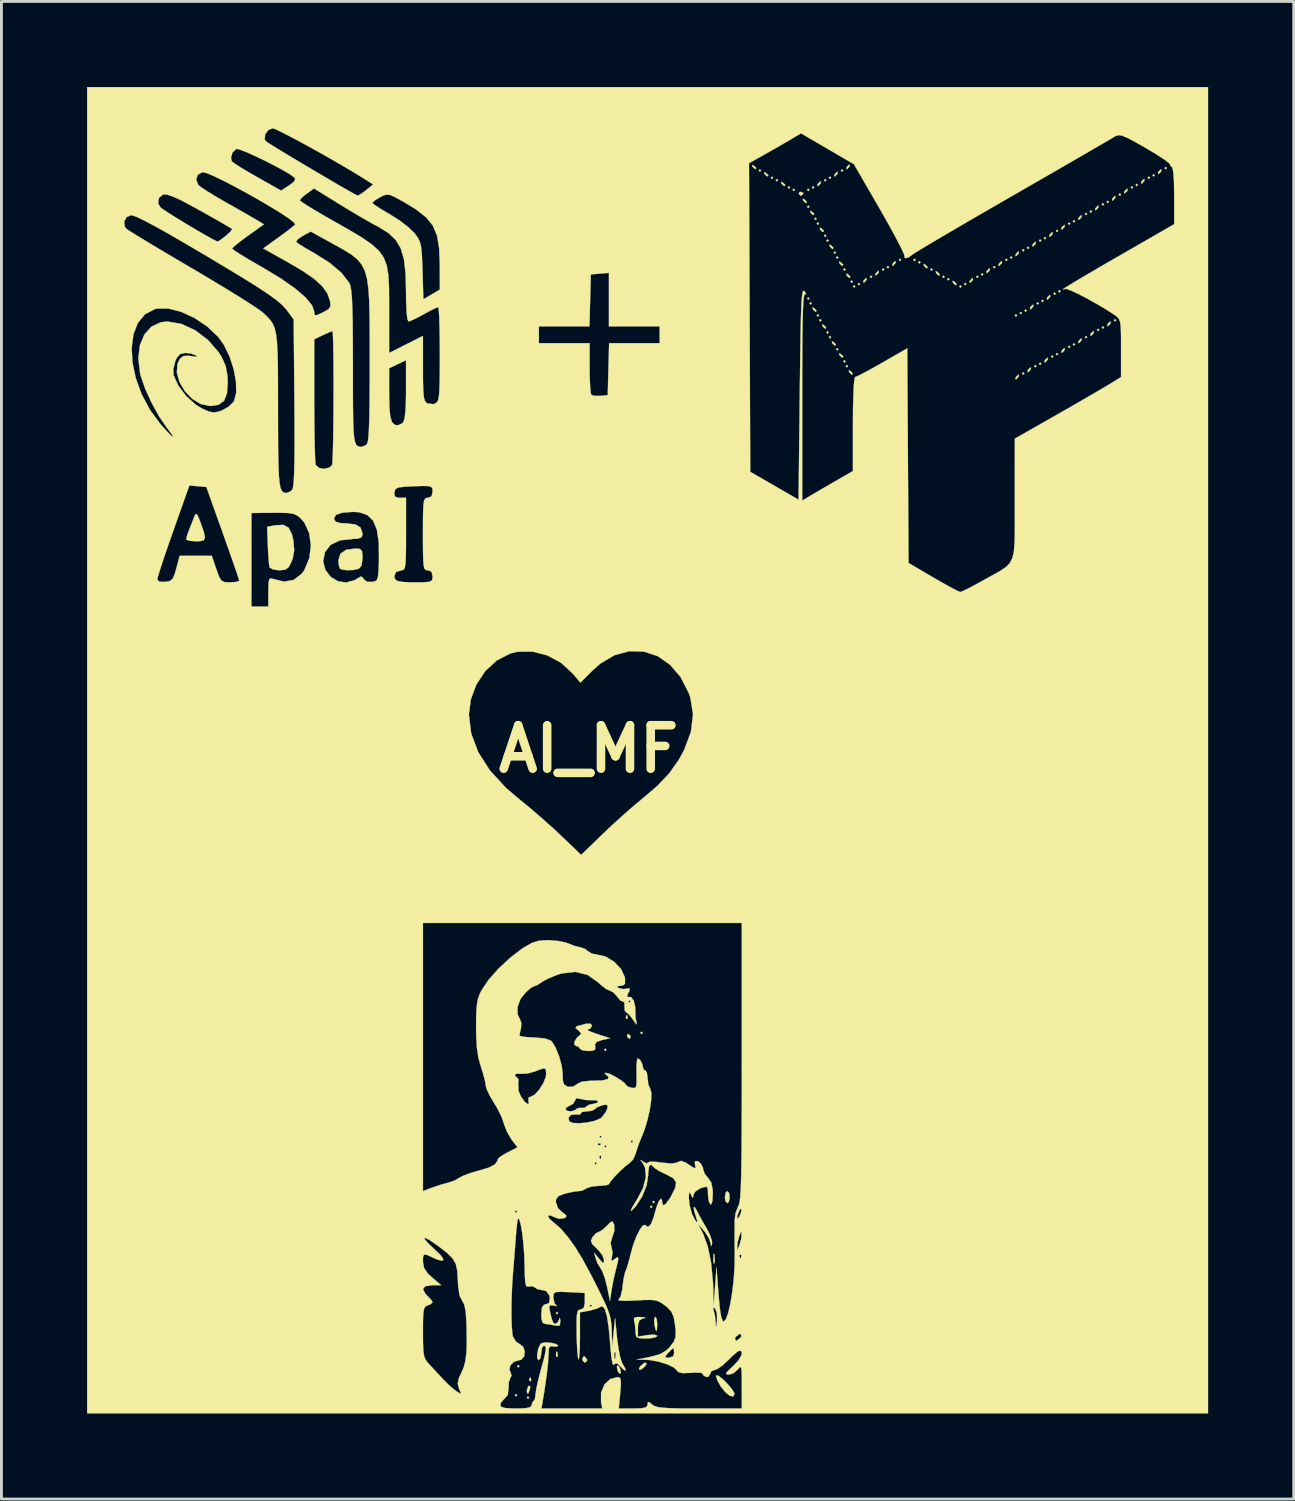
<source format=kicad_pcb>
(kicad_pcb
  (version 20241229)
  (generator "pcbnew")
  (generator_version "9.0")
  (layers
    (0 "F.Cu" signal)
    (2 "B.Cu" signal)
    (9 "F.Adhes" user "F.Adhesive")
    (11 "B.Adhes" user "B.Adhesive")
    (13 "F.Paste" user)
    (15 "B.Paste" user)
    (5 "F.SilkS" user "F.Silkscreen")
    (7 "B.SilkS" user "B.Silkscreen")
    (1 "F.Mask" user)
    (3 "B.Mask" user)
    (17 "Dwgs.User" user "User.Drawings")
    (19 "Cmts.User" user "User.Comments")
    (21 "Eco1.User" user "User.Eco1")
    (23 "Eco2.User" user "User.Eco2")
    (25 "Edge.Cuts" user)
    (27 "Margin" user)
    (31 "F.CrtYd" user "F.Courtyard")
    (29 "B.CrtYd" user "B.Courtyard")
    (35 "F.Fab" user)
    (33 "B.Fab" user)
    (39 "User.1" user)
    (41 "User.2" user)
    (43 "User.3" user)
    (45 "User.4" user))
  (footprint "AI_MF_D7"
    (layer "F.Cu")
    (at 19.648 23.204)
    (property "Reference" "AI_MF_D7" (at 0 0 0) (layer "F.SilkS") (effects (font (size 1.524 1.524) (thickness 0.3))))
    (attr through_hole)
    (fp_poly (pts (xy -4.572 22.648) (xy -4.614 22.691) (xy -4.657 22.648) (xy -4.614 22.606) (xy -4.572 22.648)) (stroke (width 0.01) (type solid)) (fill yes) (layer "F.SilkS"))
    (fp_poly (pts (xy -4.487 21.632) (xy -4.53 21.675) (xy -4.572 21.632) (xy -4.53 21.59) (xy -4.487 21.632)) (stroke (width 0.01) (type solid)) (fill yes) (layer "F.SilkS"))
    (fp_poly (pts (xy -4.149 22.733) (xy -4.191 22.775) (xy -4.233 22.733) (xy -4.191 22.691) (xy -4.149 22.733)) (stroke (width 0.01) (type solid)) (fill yes) (layer "F.SilkS"))
    (fp_poly (pts (xy -3.133 19.77) (xy -3.175 19.812) (xy -3.217 19.77) (xy -3.175 19.727) (xy -3.133 19.77)) (stroke (width 0.01) (type solid)) (fill yes) (layer "F.SilkS"))
    (fp_poly (pts (xy -1.439 10.541) (xy -1.482 10.583) (xy -1.524 10.541) (xy -1.482 10.499) (xy -1.439 10.541)) (stroke (width 0.01) (type solid)) (fill yes) (layer "F.SilkS"))
    (fp_poly (pts (xy -0.169 9.948) (xy -0.212 9.991) (xy -0.254 9.948) (xy -0.212 9.906) (xy -0.169 9.948)) (stroke (width 0.01) (type solid)) (fill yes) (layer "F.SilkS"))
    (fp_poly (pts (xy 0.169 16.044) (xy 0.127 16.087) (xy 0.085 16.044) (xy 0.127 16.002) (xy 0.169 16.044)) (stroke (width 0.01) (type solid)) (fill yes) (layer "F.SilkS"))
    (fp_poly (pts (xy 0.254 15.875) (xy 0.212 15.917) (xy 0.169 15.875) (xy 0.212 15.833) (xy 0.254 15.875)) (stroke (width 0.01) (type solid)) (fill yes) (layer "F.SilkS"))
    (fp_poly (pts (xy 3.979 -20.278) (xy 3.937 -20.235) (xy 3.895 -20.278) (xy 3.937 -20.32) (xy 3.979 -20.278)) (stroke (width 0.01) (type solid)) (fill yes) (layer "F.SilkS"))
    (fp_poly (pts (xy 4.403 -20.024) (xy 4.36 -19.981) (xy 4.318 -20.024) (xy 4.36 -20.066) (xy 4.403 -20.024)) (stroke (width 0.01) (type solid)) (fill yes) (layer "F.SilkS"))
    (fp_poly (pts (xy 4.572 -19.939) (xy 4.53 -19.897) (xy 4.487 -19.939) (xy 4.53 -19.981) (xy 4.572 -19.939)) (stroke (width 0.01) (type solid)) (fill yes) (layer "F.SilkS"))
    (fp_poly (pts (xy 4.995 -19.685) (xy 4.953 -19.643) (xy 4.911 -19.685) (xy 4.953 -19.727) (xy 4.995 -19.685)) (stroke (width 0.01) (type solid)) (fill yes) (layer "F.SilkS"))
    (fp_poly (pts (xy 5.165 -19.6) (xy 5.122 -19.558) (xy 5.08 -19.6) (xy 5.122 -19.643) (xy 5.165 -19.6)) (stroke (width 0.01) (type solid)) (fill yes) (layer "F.SilkS"))
    (fp_poly (pts (xy 5.673 -19.6) (xy 5.63 -19.558) (xy 5.588 -19.6) (xy 5.63 -19.643) (xy 5.673 -19.6)) (stroke (width 0.01) (type solid)) (fill yes) (layer "F.SilkS"))
    (fp_poly (pts (xy 5.673 -19.008) (xy 5.63 -18.965) (xy 5.588 -19.008) (xy 5.63 -19.05) (xy 5.673 -19.008)) (stroke (width 0.01) (type solid)) (fill yes) (layer "F.SilkS"))
    (fp_poly (pts (xy 5.673 -15.79) (xy 5.63 -15.748) (xy 5.588 -15.79) (xy 5.63 -15.833) (xy 5.673 -15.79)) (stroke (width 0.01) (type solid)) (fill yes) (layer "F.SilkS"))
    (fp_poly (pts (xy 5.757 -15.621) (xy 5.715 -15.579) (xy 5.673 -15.621) (xy 5.715 -15.663) (xy 5.757 -15.621)) (stroke (width 0.01) (type solid)) (fill yes) (layer "F.SilkS"))
    (fp_poly (pts (xy 5.842 -19.685) (xy 5.8 -19.643) (xy 5.757 -19.685) (xy 5.8 -19.727) (xy 5.842 -19.685)) (stroke (width 0.01) (type solid)) (fill yes) (layer "F.SilkS"))
    (fp_poly (pts (xy 5.927 -18.584) (xy 5.884 -18.542) (xy 5.842 -18.584) (xy 5.884 -18.627) (xy 5.927 -18.584)) (stroke (width 0.01) (type solid)) (fill yes) (layer "F.SilkS"))
    (fp_poly (pts (xy 6.011 -18.415) (xy 5.969 -18.373) (xy 5.927 -18.415) (xy 5.969 -18.457) (xy 6.011 -18.415)) (stroke (width 0.01) (type solid)) (fill yes) (layer "F.SilkS"))
    (fp_poly (pts (xy 6.011 -15.198) (xy 5.969 -15.155) (xy 5.927 -15.198) (xy 5.969 -15.24) (xy 6.011 -15.198)) (stroke (width 0.01) (type solid)) (fill yes) (layer "F.SilkS"))
    (fp_poly (pts (xy 6.096 -15.028) (xy 6.054 -14.986) (xy 6.011 -15.028) (xy 6.054 -15.071) (xy 6.096 -15.028)) (stroke (width 0.01) (type solid)) (fill yes) (layer "F.SilkS"))
    (fp_poly (pts (xy 6.265 -19.939) (xy 6.223 -19.897) (xy 6.181 -19.939) (xy 6.223 -19.981) (xy 6.265 -19.939)) (stroke (width 0.01) (type solid)) (fill yes) (layer "F.SilkS"))
    (fp_poly (pts (xy 6.265 -17.992) (xy 6.223 -17.949) (xy 6.181 -17.992) (xy 6.223 -18.034) (xy 6.265 -17.992)) (stroke (width 0.01) (type solid)) (fill yes) (layer "F.SilkS"))
    (fp_poly (pts (xy 6.35 -17.822) (xy 6.308 -17.78) (xy 6.265 -17.822) (xy 6.308 -17.865) (xy 6.35 -17.822)) (stroke (width 0.01) (type solid)) (fill yes) (layer "F.SilkS"))
    (fp_poly (pts (xy 6.35 -14.605) (xy 6.308 -14.563) (xy 6.265 -14.605) (xy 6.308 -14.647) (xy 6.35 -14.605)) (stroke (width 0.01) (type solid)) (fill yes) (layer "F.SilkS"))
    (fp_poly (pts (xy 6.435 -20.024) (xy 6.392 -19.981) (xy 6.35 -20.024) (xy 6.392 -20.066) (xy 6.435 -20.024)) (stroke (width 0.01) (type solid)) (fill yes) (layer "F.SilkS"))
    (fp_poly (pts (xy 6.435 -14.436) (xy 6.392 -14.393) (xy 6.35 -14.436) (xy 6.392 -14.478) (xy 6.435 -14.436)) (stroke (width 0.01) (type solid)) (fill yes) (layer "F.SilkS"))
    (fp_poly (pts (xy 6.604 -17.399) (xy 6.562 -17.357) (xy 6.519 -17.399) (xy 6.562 -17.441) (xy 6.604 -17.399)) (stroke (width 0.01) (type solid)) (fill yes) (layer "F.SilkS"))
    (fp_poly (pts (xy 6.689 -17.23) (xy 6.646 -17.187) (xy 6.604 -17.23) (xy 6.646 -17.272) (xy 6.689 -17.23)) (stroke (width 0.01) (type solid)) (fill yes) (layer "F.SilkS"))
    (fp_poly (pts (xy 6.689 -14.012) (xy 6.646 -13.97) (xy 6.604 -14.012) (xy 6.646 -14.055) (xy 6.689 -14.012)) (stroke (width 0.01) (type solid)) (fill yes) (layer "F.SilkS"))
    (fp_poly (pts (xy 6.858 -20.278) (xy 6.816 -20.235) (xy 6.773 -20.278) (xy 6.816 -20.32) (xy 6.858 -20.278)) (stroke (width 0.01) (type solid)) (fill yes) (layer "F.SilkS"))
    (fp_poly (pts (xy 6.943 -16.806) (xy 6.9 -16.764) (xy 6.858 -16.806) (xy 6.9 -16.849) (xy 6.943 -16.806)) (stroke (width 0.01) (type solid)) (fill yes) (layer "F.SilkS"))
    (fp_poly (pts (xy 6.943 -13.589) (xy 6.9 -13.547) (xy 6.858 -13.589) (xy 6.9 -13.631) (xy 6.943 -13.589)) (stroke (width 0.01) (type solid)) (fill yes) (layer "F.SilkS"))
    (fp_poly (pts (xy 7.027 -13.42) (xy 6.985 -13.377) (xy 6.943 -13.42) (xy 6.985 -13.462) (xy 7.027 -13.42)) (stroke (width 0.01) (type solid)) (fill yes) (layer "F.SilkS"))
    (fp_poly (pts (xy 7.197 -16.383) (xy 7.154 -16.341) (xy 7.112 -16.383) (xy 7.154 -16.425) (xy 7.197 -16.383)) (stroke (width 0.01) (type solid)) (fill yes) (layer "F.SilkS"))
    (fp_poly (pts (xy 7.281 -16.214) (xy 7.239 -16.171) (xy 7.197 -16.214) (xy 7.239 -16.256) (xy 7.281 -16.214)) (stroke (width 0.01) (type solid)) (fill yes) (layer "F.SilkS"))
    (fp_poly (pts (xy 7.451 -16.298) (xy 7.408 -16.256) (xy 7.366 -16.298) (xy 7.408 -16.341) (xy 7.451 -16.298)) (stroke (width 0.01) (type solid)) (fill yes) (layer "F.SilkS"))
    (fp_poly (pts (xy 7.874 -16.552) (xy 7.832 -16.51) (xy 7.789 -16.552) (xy 7.832 -16.595) (xy 7.874 -16.552)) (stroke (width 0.01) (type solid)) (fill yes) (layer "F.SilkS"))
    (fp_poly (pts (xy 8.297 -16.806) (xy 8.255 -16.764) (xy 8.213 -16.806) (xy 8.255 -16.849) (xy 8.297 -16.806)) (stroke (width 0.01) (type solid)) (fill yes) (layer "F.SilkS"))
    (fp_poly (pts (xy 8.467 -16.891) (xy 8.424 -16.849) (xy 8.382 -16.891) (xy 8.424 -16.933) (xy 8.467 -16.891)) (stroke (width 0.01) (type solid)) (fill yes) (layer "F.SilkS"))
    (fp_poly (pts (xy 8.89 -17.145) (xy 8.848 -17.103) (xy 8.805 -17.145) (xy 8.848 -17.187) (xy 8.89 -17.145)) (stroke (width 0.01) (type solid)) (fill yes) (layer "F.SilkS"))
    (fp_poly (pts (xy 9.398 -17.145) (xy 9.356 -17.103) (xy 9.313 -17.145) (xy 9.356 -17.187) (xy 9.398 -17.145)) (stroke (width 0.01) (type solid)) (fill yes) (layer "F.SilkS"))
    (fp_poly (pts (xy 9.567 -17.06) (xy 9.525 -17.018) (xy 9.483 -17.06) (xy 9.525 -17.103) (xy 9.567 -17.06)) (stroke (width 0.01) (type solid)) (fill yes) (layer "F.SilkS"))
    (fp_poly (pts (xy 9.991 -16.806) (xy 9.948 -16.764) (xy 9.906 -16.806) (xy 9.948 -16.849) (xy 9.991 -16.806)) (stroke (width 0.01) (type solid)) (fill yes) (layer "F.SilkS"))
    (fp_poly (pts (xy 10.414 -16.552) (xy 10.372 -16.51) (xy 10.329 -16.552) (xy 10.372 -16.595) (xy 10.414 -16.552)) (stroke (width 0.01) (type solid)) (fill yes) (layer "F.SilkS"))
    (fp_poly (pts (xy 10.583 -16.468) (xy 10.541 -16.425) (xy 10.499 -16.468) (xy 10.541 -16.51) (xy 10.583 -16.468)) (stroke (width 0.01) (type solid)) (fill yes) (layer "F.SilkS"))
    (fp_poly (pts (xy 11.007 -16.214) (xy 10.964 -16.171) (xy 10.922 -16.214) (xy 10.964 -16.256) (xy 11.007 -16.214)) (stroke (width 0.01) (type solid)) (fill yes) (layer "F.SilkS"))
    (fp_poly (pts (xy 11.176 -16.298) (xy 11.134 -16.256) (xy 11.091 -16.298) (xy 11.134 -16.341) (xy 11.176 -16.298)) (stroke (width 0.01) (type solid)) (fill yes) (layer "F.SilkS"))
    (fp_poly (pts (xy 11.599 -16.552) (xy 11.557 -16.51) (xy 11.515 -16.552) (xy 11.557 -16.595) (xy 11.599 -16.552)) (stroke (width 0.01) (type solid)) (fill yes) (layer "F.SilkS"))
    (fp_poly (pts (xy 11.769 -16.637) (xy 11.726 -16.595) (xy 11.684 -16.637) (xy 11.726 -16.679) (xy 11.769 -16.637)) (stroke (width 0.01) (type solid)) (fill yes) (layer "F.SilkS"))
    (fp_poly (pts (xy 12.192 -16.891) (xy 12.15 -16.849) (xy 12.107 -16.891) (xy 12.15 -16.933) (xy 12.192 -16.891)) (stroke (width 0.01) (type solid)) (fill yes) (layer "F.SilkS"))
    (fp_poly (pts (xy 12.615 -17.145) (xy 12.573 -17.103) (xy 12.531 -17.145) (xy 12.573 -17.187) (xy 12.615 -17.145)) (stroke (width 0.01) (type solid)) (fill yes) (layer "F.SilkS"))
    (fp_poly (pts (xy 12.785 -17.23) (xy 12.742 -17.187) (xy 12.7 -17.23) (xy 12.742 -17.272) (xy 12.785 -17.23)) (stroke (width 0.01) (type solid)) (fill yes) (layer "F.SilkS"))
    (fp_poly (pts (xy 12.954 -15.198) (xy 12.912 -15.155) (xy 12.869 -15.198) (xy 12.912 -15.24) (xy 12.954 -15.198)) (stroke (width 0.01) (type solid)) (fill yes) (layer "F.SilkS"))
    (fp_poly (pts (xy 13.123 -15.282) (xy 13.081 -15.24) (xy 13.039 -15.282) (xy 13.081 -15.325) (xy 13.123 -15.282)) (stroke (width 0.01) (type solid)) (fill yes) (layer "F.SilkS"))
    (fp_poly (pts (xy 13.208 -17.484) (xy 13.166 -17.441) (xy 13.123 -17.484) (xy 13.166 -17.526) (xy 13.208 -17.484)) (stroke (width 0.01) (type solid)) (fill yes) (layer "F.SilkS"))
    (fp_poly (pts (xy 13.208 -13.166) (xy 13.166 -13.123) (xy 13.123 -13.166) (xy 13.166 -13.208) (xy 13.208 -13.166)) (stroke (width 0.01) (type solid)) (fill yes) (layer "F.SilkS"))
    (fp_poly (pts (xy 13.293 -15.367) (xy 13.25 -15.325) (xy 13.208 -15.367) (xy 13.25 -15.409) (xy 13.293 -15.367)) (stroke (width 0.01) (type solid)) (fill yes) (layer "F.SilkS"))
    (fp_poly (pts (xy 13.377 -17.568) (xy 13.335 -17.526) (xy 13.293 -17.568) (xy 13.335 -17.611) (xy 13.377 -17.568)) (stroke (width 0.01) (type solid)) (fill yes) (layer "F.SilkS"))
    (fp_poly (pts (xy 13.631 -13.42) (xy 13.589 -13.377) (xy 13.547 -13.42) (xy 13.589 -13.462) (xy 13.631 -13.42)) (stroke (width 0.01) (type solid)) (fill yes) (layer "F.SilkS"))
    (fp_poly (pts (xy 13.716 -15.621) (xy 13.674 -15.579) (xy 13.631 -15.621) (xy 13.674 -15.663) (xy 13.716 -15.621)) (stroke (width 0.01) (type solid)) (fill yes) (layer "F.SilkS"))
    (fp_poly (pts (xy 13.801 -17.822) (xy 13.758 -17.78) (xy 13.716 -17.822) (xy 13.758 -17.865) (xy 13.801 -17.822)) (stroke (width 0.01) (type solid)) (fill yes) (layer "F.SilkS"))
    (fp_poly (pts (xy 13.801 -13.504) (xy 13.758 -13.462) (xy 13.716 -13.504) (xy 13.758 -13.547) (xy 13.801 -13.504)) (stroke (width 0.01) (type solid)) (fill yes) (layer "F.SilkS"))
    (fp_poly (pts (xy 13.885 -15.706) (xy 13.843 -15.663) (xy 13.801 -15.706) (xy 13.843 -15.748) (xy 13.885 -15.706)) (stroke (width 0.01) (type solid)) (fill yes) (layer "F.SilkS"))
    (fp_poly (pts (xy 13.97 -17.907) (xy 13.928 -17.865) (xy 13.885 -17.907) (xy 13.928 -17.949) (xy 13.97 -17.907)) (stroke (width 0.01) (type solid)) (fill yes) (layer "F.SilkS"))
    (fp_poly (pts (xy 14.224 -13.758) (xy 14.182 -13.716) (xy 14.139 -13.758) (xy 14.182 -13.801) (xy 14.224 -13.758)) (stroke (width 0.01) (type solid)) (fill yes) (layer "F.SilkS"))
    (fp_poly (pts (xy 14.309 -15.96) (xy 14.266 -15.917) (xy 14.224 -15.96) (xy 14.266 -16.002) (xy 14.309 -15.96)) (stroke (width 0.01) (type solid)) (fill yes) (layer "F.SilkS"))
    (fp_poly (pts (xy 14.393 -18.161) (xy 14.351 -18.119) (xy 14.309 -18.161) (xy 14.351 -18.203) (xy 14.393 -18.161)) (stroke (width 0.01) (type solid)) (fill yes) (layer "F.SilkS"))
    (fp_poly (pts (xy 14.393 -13.843) (xy 14.351 -13.801) (xy 14.309 -13.843) (xy 14.351 -13.885) (xy 14.393 -13.843)) (stroke (width 0.01) (type solid)) (fill yes) (layer "F.SilkS"))
    (fp_poly (pts (xy 14.478 -16.044) (xy 14.436 -16.002) (xy 14.393 -16.044) (xy 14.436 -16.087) (xy 14.478 -16.044)) (stroke (width 0.01) (type solid)) (fill yes) (layer "F.SilkS"))
    (fp_poly (pts (xy 14.817 -18.415) (xy 14.774 -18.373) (xy 14.732 -18.415) (xy 14.774 -18.457) (xy 14.817 -18.415)) (stroke (width 0.01) (type solid)) (fill yes) (layer "F.SilkS"))
    (fp_poly (pts (xy 14.817 -14.097) (xy 14.774 -14.055) (xy 14.732 -14.097) (xy 14.774 -14.139) (xy 14.817 -14.097)) (stroke (width 0.01) (type solid)) (fill yes) (layer "F.SilkS"))
    (fp_poly (pts (xy 14.986 -18.5) (xy 14.944 -18.457) (xy 14.901 -18.5) (xy 14.944 -18.542) (xy 14.986 -18.5)) (stroke (width 0.01) (type solid)) (fill yes) (layer "F.SilkS"))
    (fp_poly (pts (xy 14.986 -14.182) (xy 14.944 -14.139) (xy 14.901 -14.182) (xy 14.944 -14.224) (xy 14.986 -14.182)) (stroke (width 0.01) (type solid)) (fill yes) (layer "F.SilkS"))
    (fp_poly (pts (xy 15.409 -18.754) (xy 15.367 -18.711) (xy 15.325 -18.754) (xy 15.367 -18.796) (xy 15.409 -18.754)) (stroke (width 0.01) (type solid)) (fill yes) (layer "F.SilkS"))
    (fp_poly (pts (xy 15.409 -14.436) (xy 15.367 -14.393) (xy 15.325 -14.436) (xy 15.367 -14.478) (xy 15.409 -14.436)) (stroke (width 0.01) (type solid)) (fill yes) (layer "F.SilkS"))
    (fp_poly (pts (xy 15.579 -18.838) (xy 15.536 -18.796) (xy 15.494 -18.838) (xy 15.536 -18.881) (xy 15.579 -18.838)) (stroke (width 0.01) (type solid)) (fill yes) (layer "F.SilkS"))
    (fp_poly (pts (xy 15.833 -14.69) (xy 15.79 -14.647) (xy 15.748 -14.69) (xy 15.79 -14.732) (xy 15.833 -14.69)) (stroke (width 0.01) (type solid)) (fill yes) (layer "F.SilkS"))
    (fp_poly (pts (xy 16.002 -19.092) (xy 15.96 -19.05) (xy 15.917 -19.092) (xy 15.96 -19.135) (xy 16.002 -19.092)) (stroke (width 0.01) (type solid)) (fill yes) (layer "F.SilkS"))
    (fp_poly (pts (xy 16.002 -14.774) (xy 15.96 -14.732) (xy 15.917 -14.774) (xy 15.96 -14.817) (xy 16.002 -14.774)) (stroke (width 0.01) (type solid)) (fill yes) (layer "F.SilkS"))
    (fp_poly (pts (xy 16.171 -19.177) (xy 16.129 -19.135) (xy 16.087 -19.177) (xy 16.129 -19.219) (xy 16.171 -19.177)) (stroke (width 0.01) (type solid)) (fill yes) (layer "F.SilkS"))
    (fp_poly (pts (xy 16.425 -15.028) (xy 16.383 -14.986) (xy 16.341 -15.028) (xy 16.383 -15.071) (xy 16.425 -15.028)) (stroke (width 0.01) (type solid)) (fill yes) (layer "F.SilkS"))
    (fp_poly (pts (xy 16.595 -19.431) (xy 16.552 -19.389) (xy 16.51 -19.431) (xy 16.552 -19.473) (xy 16.595 -19.431)) (stroke (width 0.01) (type solid)) (fill yes) (layer "F.SilkS"))
    (fp_poly (pts (xy 17.018 -19.685) (xy 16.976 -19.643) (xy 16.933 -19.685) (xy 16.976 -19.727) (xy 17.018 -19.685)) (stroke (width 0.01) (type solid)) (fill yes) (layer "F.SilkS"))
    (fp_poly (pts (xy 17.187 -19.77) (xy 17.145 -19.727) (xy 17.103 -19.77) (xy 17.145 -19.812) (xy 17.187 -19.77)) (stroke (width 0.01) (type solid)) (fill yes) (layer "F.SilkS"))
    (fp_poly (pts (xy 17.611 -20.024) (xy 17.568 -19.981) (xy 17.526 -20.024) (xy 17.568 -20.066) (xy 17.611 -20.024)) (stroke (width 0.01) (type solid)) (fill yes) (layer "F.SilkS"))
    (fp_poly (pts (xy 17.78 -20.108) (xy 17.738 -20.066) (xy 17.695 -20.108) (xy 17.738 -20.151) (xy 17.78 -20.108)) (stroke (width 0.01) (type solid)) (fill yes) (layer "F.SilkS"))
    (fp_poly (pts (xy 18.203 -20.362) (xy 18.161 -20.32) (xy 18.119 -20.362) (xy 18.161 -20.405) (xy 18.203 -20.362)) (stroke (width 0.01) (type solid)) (fill yes) (layer "F.SilkS"))
    (fp_poly (pts (xy -4.092 22.042) (xy -4.082 22.142) (xy -4.092 22.154) (xy -4.143 22.143) (xy -4.149 22.098) (xy -4.118 22.028) (xy -4.092 22.042)) (stroke (width 0.01) (type solid)) (fill yes) (layer "F.SilkS"))
    (fp_poly (pts (xy -3.159 21.151) (xy -3.149 21.283) (xy -3.166 21.313) (xy -3.205 21.288) (xy -3.211 21.202) (xy -3.19 21.112) (xy -3.159 21.151)) (stroke (width 0.01) (type solid)) (fill yes) (layer "F.SilkS"))
    (fp_poly (pts (xy -0.706 9.342) (xy -0.695 9.442) (xy -0.706 9.454) (xy -0.756 9.443) (xy -0.762 9.398) (xy -0.731 9.328) (xy -0.706 9.342)) (stroke (width 0.01) (type solid)) (fill yes) (layer "F.SilkS"))
    (fp_poly (pts (xy -4.113 22.342) (xy -4.124 22.437) (xy -4.18 22.583) (xy -4.222 22.581) (xy -4.233 22.484) (xy -4.187 22.343) (xy -4.157 22.315) (xy -4.113 22.342)) (stroke (width 0.01) (type solid)) (fill yes) (layer "F.SilkS"))
    (fp_poly (pts (xy 3.712 -20.455) (xy 3.802 -20.376) (xy 3.81 -20.357) (xy 3.77 -20.323) (xy 3.686 -20.401) (xy 3.675 -20.418) (xy 3.665 -20.476) (xy 3.712 -20.455)) (stroke (width 0.01) (type solid)) (fill yes) (layer "F.SilkS"))
    (fp_poly (pts (xy 4.136 -20.201) (xy 4.226 -20.122) (xy 4.233 -20.103) (xy 4.193 -20.069) (xy 4.109 -20.147) (xy 4.098 -20.164) (xy 4.088 -20.222) (xy 4.136 -20.201)) (stroke (width 0.01) (type solid)) (fill yes) (layer "F.SilkS"))
    (fp_poly (pts (xy 4.728 -19.862) (xy 4.818 -19.784) (xy 4.826 -19.765) (xy 4.786 -19.73) (xy 4.702 -19.808) (xy 4.691 -19.825) (xy 4.681 -19.883) (xy 4.728 -19.862)) (stroke (width 0.01) (type solid)) (fill yes) (layer "F.SilkS"))
    (fp_poly (pts (xy 5.49 -19.27) (xy 5.581 -19.185) (xy 5.562 -19.135) (xy 5.551 -19.135) (xy 5.479 -19.195) (xy 5.453 -19.232) (xy 5.443 -19.29) (xy 5.49 -19.27)) (stroke (width 0.01) (type solid)) (fill yes) (layer "F.SilkS"))
    (fp_poly (pts (xy 5.744 -18.846) (xy 5.834 -18.768) (xy 5.842 -18.749) (xy 5.802 -18.714) (xy 5.718 -18.792) (xy 5.707 -18.809) (xy 5.697 -18.867) (xy 5.744 -18.846)) (stroke (width 0.01) (type solid)) (fill yes) (layer "F.SilkS"))
    (fp_poly (pts (xy 5.829 -15.46) (xy 5.92 -15.375) (xy 5.901 -15.325) (xy 5.889 -15.325) (xy 5.818 -15.385) (xy 5.792 -15.422) (xy 5.782 -15.48) (xy 5.829 -15.46)) (stroke (width 0.01) (type solid)) (fill yes) (layer "F.SilkS"))
    (fp_poly (pts (xy 6.083 -18.254) (xy 6.173 -18.175) (xy 6.181 -18.156) (xy 6.14 -18.121) (xy 6.057 -18.199) (xy 6.046 -18.216) (xy 6.036 -18.274) (xy 6.083 -18.254)) (stroke (width 0.01) (type solid)) (fill yes) (layer "F.SilkS"))
    (fp_poly (pts (xy 6.168 -14.867) (xy 6.258 -14.782) (xy 6.24 -14.733) (xy 6.228 -14.732) (xy 6.156 -14.792) (xy 6.13 -14.83) (xy 6.12 -14.888) (xy 6.168 -14.867)) (stroke (width 0.01) (type solid)) (fill yes) (layer "F.SilkS"))
    (fp_poly (pts (xy 6.422 -17.661) (xy 6.512 -17.576) (xy 6.494 -17.527) (xy 6.482 -17.526) (xy 6.41 -17.586) (xy 6.384 -17.624) (xy 6.374 -17.682) (xy 6.422 -17.661)) (stroke (width 0.01) (type solid)) (fill yes) (layer "F.SilkS"))
    (fp_poly (pts (xy 6.506 -14.274) (xy 6.597 -14.189) (xy 6.579 -14.14) (xy 6.567 -14.139) (xy 6.495 -14.199) (xy 6.469 -14.237) (xy 6.459 -14.295) (xy 6.506 -14.274)) (stroke (width 0.01) (type solid)) (fill yes) (layer "F.SilkS"))
    (fp_poly (pts (xy 6.76 -17.068) (xy 6.85 -16.99) (xy 6.858 -16.971) (xy 6.818 -16.936) (xy 6.734 -17.014) (xy 6.723 -17.031) (xy 6.713 -17.089) (xy 6.76 -17.068)) (stroke (width 0.01) (type solid)) (fill yes) (layer "F.SilkS"))
    (fp_poly (pts (xy 6.76 -13.851) (xy 6.85 -13.772) (xy 6.858 -13.753) (xy 6.818 -13.719) (xy 6.734 -13.797) (xy 6.723 -13.814) (xy 6.713 -13.872) (xy 6.76 -13.851)) (stroke (width 0.01) (type solid)) (fill yes) (layer "F.SilkS"))
    (fp_poly (pts (xy 7.014 -16.645) (xy 7.105 -16.56) (xy 7.087 -16.511) (xy 7.075 -16.51) (xy 7.003 -16.57) (xy 6.977 -16.608) (xy 6.967 -16.666) (xy 7.014 -16.645)) (stroke (width 0.01) (type solid)) (fill yes) (layer "F.SilkS"))
    (fp_poly (pts (xy 7.099 -13.258) (xy 7.19 -13.173) (xy 7.171 -13.124) (xy 7.159 -13.123) (xy 7.088 -13.183) (xy 7.062 -13.221) (xy 7.052 -13.279) (xy 7.099 -13.258)) (stroke (width 0.01) (type solid)) (fill yes) (layer "F.SilkS"))
    (fp_poly (pts (xy 9.724 -16.984) (xy 9.814 -16.899) (xy 9.796 -16.849) (xy 9.784 -16.849) (xy 9.712 -16.909) (xy 9.686 -16.946) (xy 9.676 -17.004) (xy 9.724 -16.984)) (stroke (width 0.01) (type solid)) (fill yes) (layer "F.SilkS"))
    (fp_poly (pts (xy 10.147 -16.73) (xy 10.238 -16.645) (xy 10.219 -16.595) (xy 10.207 -16.595) (xy 10.136 -16.655) (xy 10.11 -16.692) (xy 10.1 -16.75) (xy 10.147 -16.73)) (stroke (width 0.01) (type solid)) (fill yes) (layer "F.SilkS"))
    (fp_poly (pts (xy 10.74 -16.391) (xy 10.83 -16.306) (xy 10.812 -16.257) (xy 10.8 -16.256) (xy 10.728 -16.316) (xy 10.702 -16.354) (xy 10.692 -16.412) (xy 10.74 -16.391)) (stroke (width 0.01) (type solid)) (fill yes) (layer "F.SilkS"))
    (fp_poly (pts (xy -2.201 21.294) (xy -2.12 21.402) (xy -2.117 21.426) (xy -2.181 21.503) (xy -2.201 21.505) (xy -2.276 21.436) (xy -2.286 21.373) (xy -2.245 21.286) (xy -2.201 21.294)) (stroke (width 0.01) (type solid)) (fill yes) (layer "F.SilkS"))
    (fp_poly (pts (xy -1.003 21.637) (xy -0.965 21.709) (xy -0.939 21.85) (xy -0.953 21.894) (xy -1.012 21.865) (xy -1.05 21.793) (xy -1.076 21.652) (xy -1.062 21.608) (xy -1.003 21.637)) (stroke (width 0.01) (type solid)) (fill yes) (layer "F.SilkS"))
    (fp_poly (pts (xy -0.596 10.052) (xy -0.593 10.075) (xy -0.622 10.158) (xy -0.63 10.16) (xy -0.702 10.101) (xy -0.72 10.075) (xy -0.713 9.997) (xy -0.682 9.991) (xy -0.596 10.052)) (stroke (width 0.01) (type solid)) (fill yes) (layer "F.SilkS"))
    (fp_poly (pts (xy -0.038 21.556) (xy -0.085 21.632) (xy -0.212 21.739) (xy -0.275 21.759) (xy -0.301 21.708) (xy -0.254 21.632) (xy -0.127 21.526) (xy -0.064 21.505) (xy -0.038 21.556)) (stroke (width 0.01) (type solid)) (fill yes) (layer "F.SilkS"))
    (fp_poly (pts (xy 2.344 17.716) (xy 2.358 17.931) (xy 2.344 18.013) (xy 2.32 18.039) (xy 2.306 17.922) (xy 2.306 17.865) (xy 2.314 17.711) (xy 2.336 17.692) (xy 2.344 17.716)) (stroke (width 0.01) (type solid)) (fill yes) (layer "F.SilkS"))
    (fp_poly (pts (xy 2.858 15.566) (xy 2.879 15.706) (xy 2.85 15.865) (xy 2.794 15.917) (xy 2.73 15.845) (xy 2.709 15.706) (xy 2.738 15.547) (xy 2.794 15.494) (xy 2.858 15.566)) (stroke (width 0.01) (type solid)) (fill yes) (layer "F.SilkS"))
    (fp_poly (pts (xy 5.459 -19.492) (xy 5.452 -19.459) (xy 5.383 -19.39) (xy 5.376 -19.389) (xy 5.309 -19.447) (xy 5.3 -19.459) (xy 5.326 -19.522) (xy 5.376 -19.53) (xy 5.459 -19.492)) (stroke (width 0.01) (type solid)) (fill yes) (layer "F.SilkS"))
    (fp_poly (pts (xy 6.069 -19.842) (xy 6.054 -19.812) (xy 5.974 -19.731) (xy 5.959 -19.727) (xy 5.953 -19.782) (xy 5.969 -19.812) (xy 6.049 -19.893) (xy 6.064 -19.897) (xy 6.069 -19.842)) (stroke (width 0.01) (type solid)) (fill yes) (layer "F.SilkS"))
    (fp_poly (pts (xy 6.662 -20.181) (xy 6.646 -20.151) (xy 6.567 -20.07) (xy 6.552 -20.066) (xy 6.546 -20.121) (xy 6.562 -20.151) (xy 6.641 -20.232) (xy 6.656 -20.235) (xy 6.662 -20.181)) (stroke (width 0.01) (type solid)) (fill yes) (layer "F.SilkS"))
    (fp_poly (pts (xy 7.085 -20.435) (xy 7.07 -20.405) (xy 6.99 -20.324) (xy 6.975 -20.32) (xy 6.969 -20.375) (xy 6.985 -20.405) (xy 7.065 -20.486) (xy 7.08 -20.489) (xy 7.085 -20.435)) (stroke (width 0.01) (type solid)) (fill yes) (layer "F.SilkS"))
    (fp_poly (pts (xy 7.678 -16.455) (xy 7.662 -16.425) (xy 7.583 -16.344) (xy 7.568 -16.341) (xy 7.562 -16.395) (xy 7.578 -16.425) (xy 7.657 -16.506) (xy 7.672 -16.51) (xy 7.678 -16.455)) (stroke (width 0.01) (type solid)) (fill yes) (layer "F.SilkS"))
    (fp_poly (pts (xy 8.101 -16.709) (xy 8.086 -16.679) (xy 8.006 -16.598) (xy 7.991 -16.595) (xy 7.985 -16.649) (xy 8.001 -16.679) (xy 8.081 -16.76) (xy 8.096 -16.764) (xy 8.101 -16.709)) (stroke (width 0.01) (type solid)) (fill yes) (layer "F.SilkS"))
    (fp_poly (pts (xy 8.694 -17.048) (xy 8.678 -17.018) (xy 8.599 -16.937) (xy 8.584 -16.933) (xy 8.578 -16.988) (xy 8.594 -17.018) (xy 8.673 -17.099) (xy 8.688 -17.103) (xy 8.694 -17.048)) (stroke (width 0.01) (type solid)) (fill yes) (layer "F.SilkS"))
    (fp_poly (pts (xy 11.403 -16.455) (xy 11.388 -16.425) (xy 11.308 -16.344) (xy 11.293 -16.341) (xy 11.287 -16.395) (xy 11.303 -16.425) (xy 11.383 -16.506) (xy 11.398 -16.51) (xy 11.403 -16.455)) (stroke (width 0.01) (type solid)) (fill yes) (layer "F.SilkS"))
    (fp_poly (pts (xy 11.996 -16.794) (xy 11.98 -16.764) (xy 11.901 -16.683) (xy 11.886 -16.679) (xy 11.88 -16.734) (xy 11.896 -16.764) (xy 11.975 -16.845) (xy 11.99 -16.849) (xy 11.996 -16.794)) (stroke (width 0.01) (type solid)) (fill yes) (layer "F.SilkS"))
    (fp_poly (pts (xy 12.419 -17.048) (xy 12.404 -17.018) (xy 12.324 -16.937) (xy 12.309 -16.933) (xy 12.303 -16.988) (xy 12.319 -17.018) (xy 12.399 -17.099) (xy 12.414 -17.103) (xy 12.419 -17.048)) (stroke (width 0.01) (type solid)) (fill yes) (layer "F.SilkS"))
    (fp_poly (pts (xy 13.012 -17.387) (xy 12.996 -17.357) (xy 12.917 -17.276) (xy 12.902 -17.272) (xy 12.896 -17.327) (xy 12.912 -17.357) (xy 12.991 -17.438) (xy 13.006 -17.441) (xy 13.012 -17.387)) (stroke (width 0.01) (type solid)) (fill yes) (layer "F.SilkS"))
    (fp_poly (pts (xy 13.012 -13.069) (xy 12.996 -13.039) (xy 12.917 -12.958) (xy 12.902 -12.954) (xy 12.896 -13.009) (xy 12.912 -13.039) (xy 12.991 -13.12) (xy 13.006 -13.123) (xy 13.012 -13.069)) (stroke (width 0.01) (type solid)) (fill yes) (layer "F.SilkS"))
    (fp_poly (pts (xy 13.435 -13.323) (xy 13.42 -13.293) (xy 13.34 -13.212) (xy 13.325 -13.208) (xy 13.319 -13.263) (xy 13.335 -13.293) (xy 13.415 -13.374) (xy 13.43 -13.377) (xy 13.435 -13.323)) (stroke (width 0.01) (type solid)) (fill yes) (layer "F.SilkS"))
    (fp_poly (pts (xy 13.52 -15.524) (xy 13.504 -15.494) (xy 13.425 -15.413) (xy 13.41 -15.409) (xy 13.404 -15.464) (xy 13.42 -15.494) (xy 13.499 -15.575) (xy 13.514 -15.579) (xy 13.52 -15.524)) (stroke (width 0.01) (type solid)) (fill yes) (layer "F.SilkS"))
    (fp_poly (pts (xy 13.605 -17.725) (xy 13.589 -17.695) (xy 13.509 -17.614) (xy 13.494 -17.611) (xy 13.489 -17.665) (xy 13.504 -17.695) (xy 13.584 -17.776) (xy 13.599 -17.78) (xy 13.605 -17.725)) (stroke (width 0.01) (type solid)) (fill yes) (layer "F.SilkS"))
    (fp_poly (pts (xy 14.028 -13.661) (xy 14.012 -13.631) (xy 13.933 -13.55) (xy 13.918 -13.547) (xy 13.912 -13.601) (xy 13.928 -13.631) (xy 14.007 -13.712) (xy 14.022 -13.716) (xy 14.028 -13.661)) (stroke (width 0.01) (type solid)) (fill yes) (layer "F.SilkS"))
    (fp_poly (pts (xy 14.113 -15.863) (xy 14.097 -15.833) (xy 14.017 -15.752) (xy 14.002 -15.748) (xy 13.997 -15.803) (xy 14.012 -15.833) (xy 14.092 -15.914) (xy 14.107 -15.917) (xy 14.113 -15.863)) (stroke (width 0.01) (type solid)) (fill yes) (layer "F.SilkS"))
    (fp_poly (pts (xy 14.197 -18.064) (xy 14.182 -18.034) (xy 14.102 -17.953) (xy 14.087 -17.949) (xy 14.081 -18.004) (xy 14.097 -18.034) (xy 14.177 -18.115) (xy 14.192 -18.119) (xy 14.197 -18.064)) (stroke (width 0.01) (type solid)) (fill yes) (layer "F.SilkS"))
    (fp_poly (pts (xy 14.621 -18.318) (xy 14.605 -18.288) (xy 14.525 -18.207) (xy 14.51 -18.203) (xy 14.505 -18.258) (xy 14.52 -18.288) (xy 14.6 -18.369) (xy 14.615 -18.373) (xy 14.621 -18.318)) (stroke (width 0.01) (type solid)) (fill yes) (layer "F.SilkS"))
    (fp_poly (pts (xy 14.621 -14) (xy 14.605 -13.97) (xy 14.525 -13.889) (xy 14.51 -13.885) (xy 14.505 -13.94) (xy 14.52 -13.97) (xy 14.6 -14.051) (xy 14.615 -14.055) (xy 14.621 -14)) (stroke (width 0.01) (type solid)) (fill yes) (layer "F.SilkS"))
    (fp_poly (pts (xy 15.213 -18.657) (xy 15.198 -18.627) (xy 15.118 -18.546) (xy 15.103 -18.542) (xy 15.097 -18.597) (xy 15.113 -18.627) (xy 15.193 -18.708) (xy 15.208 -18.711) (xy 15.213 -18.657)) (stroke (width 0.01) (type solid)) (fill yes) (layer "F.SilkS"))
    (fp_poly (pts (xy 15.213 -14.339) (xy 15.198 -14.309) (xy 15.118 -14.228) (xy 15.103 -14.224) (xy 15.097 -14.279) (xy 15.113 -14.309) (xy 15.193 -14.39) (xy 15.208 -14.393) (xy 15.213 -14.339)) (stroke (width 0.01) (type solid)) (fill yes) (layer "F.SilkS"))
    (fp_poly (pts (xy 15.637 -14.593) (xy 15.621 -14.563) (xy 15.541 -14.482) (xy 15.526 -14.478) (xy 15.521 -14.533) (xy 15.536 -14.563) (xy 15.616 -14.644) (xy 15.631 -14.647) (xy 15.637 -14.593)) (stroke (width 0.01) (type solid)) (fill yes) (layer "F.SilkS"))
    (fp_poly (pts (xy 15.806 -18.995) (xy 15.79 -18.965) (xy 15.711 -18.884) (xy 15.696 -18.881) (xy 15.69 -18.935) (xy 15.706 -18.965) (xy 15.785 -19.046) (xy 15.8 -19.05) (xy 15.806 -18.995)) (stroke (width 0.01) (type solid)) (fill yes) (layer "F.SilkS"))
    (fp_poly (pts (xy 16.229 -14.931) (xy 16.214 -14.901) (xy 16.134 -14.82) (xy 16.119 -14.817) (xy 16.113 -14.871) (xy 16.129 -14.901) (xy 16.209 -14.982) (xy 16.224 -14.986) (xy 16.229 -14.931)) (stroke (width 0.01) (type solid)) (fill yes) (layer "F.SilkS"))
    (fp_poly (pts (xy 16.399 -19.334) (xy 16.383 -19.304) (xy 16.303 -19.223) (xy 16.288 -19.219) (xy 16.283 -19.274) (xy 16.298 -19.304) (xy 16.378 -19.385) (xy 16.393 -19.389) (xy 16.399 -19.334)) (stroke (width 0.01) (type solid)) (fill yes) (layer "F.SilkS"))
    (fp_poly (pts (xy 16.822 -19.588) (xy 16.806 -19.558) (xy 16.727 -19.477) (xy 16.712 -19.473) (xy 16.706 -19.528) (xy 16.722 -19.558) (xy 16.801 -19.639) (xy 16.816 -19.643) (xy 16.822 -19.588)) (stroke (width 0.01) (type solid)) (fill yes) (layer "F.SilkS"))
    (fp_poly (pts (xy 17.415 -19.927) (xy 17.399 -19.897) (xy 17.319 -19.816) (xy 17.304 -19.812) (xy 17.299 -19.867) (xy 17.314 -19.897) (xy 17.394 -19.978) (xy 17.409 -19.981) (xy 17.415 -19.927)) (stroke (width 0.01) (type solid)) (fill yes) (layer "F.SilkS"))
    (fp_poly (pts (xy 18.007 -20.265) (xy 17.992 -20.235) (xy 17.912 -20.154) (xy 17.897 -20.151) (xy 17.891 -20.205) (xy 17.907 -20.235) (xy 17.987 -20.316) (xy 18.002 -20.32) (xy 18.007 -20.265)) (stroke (width 0.01) (type solid)) (fill yes) (layer "F.SilkS"))
    (fp_poly (pts (xy 0.318 19.97) (xy 0.339 20.148) (xy 0.339 20.151) (xy 0.329 20.329) (xy 0.306 20.405) (xy 0.306 20.405) (xy 0.272 20.331) (xy 0.237 20.155) (xy 0.236 20.151) (xy 0.23 19.974) (xy 0.267 19.897) (xy 0.269 19.897) (xy 0.318 19.97)) (stroke (width 0.01) (type solid)) (fill yes) (layer "F.SilkS"))
    (fp_poly (pts (xy 2.49 21.971) (xy 2.635 22.086) (xy 2.802 22.251) (xy 2.95 22.425) (xy 3.038 22.566) (xy 3.048 22.605) (xy 3.001 22.695) (xy 2.883 22.669) (xy 2.726 22.544) (xy 2.571 22.35) (xy 2.452 22.141) (xy 2.4 21.989) (xy 2.407 21.948) (xy 2.49 21.971)) (stroke (width 0.01) (type solid)) (fill yes) (layer "F.SilkS"))
    (fp_poly (pts (xy -10.082 -7.014) (xy -10.009 -6.941) (xy -9.991 -6.759) (xy -9.991 -6.698) (xy -10.025 -6.432) (xy -10.125 -6.317) (xy -10.321 -6.275) (xy -10.551 -6.269) (xy -10.733 -6.296) (xy -10.781 -6.322) (xy -10.822 -6.44) (xy -10.837 -6.615) (xy -10.767 -6.849) (xy -10.559 -6.987) (xy -10.25 -7.027) (xy -10.082 -7.014)) (stroke (width 0.01) (type solid)) (fill yes) (layer "F.SilkS"))
    (fp_poly (pts (xy -15.778 -8.202) (xy -15.7 -8.025) (xy -15.66 -7.916) (xy -15.552 -7.602) (xy -15.514 -7.413) (xy -15.555 -7.318) (xy -15.683 -7.285) (xy -15.833 -7.281) (xy -16.045 -7.298) (xy -16.163 -7.339) (xy -16.171 -7.356) (xy -16.142 -7.478) (xy -16.071 -7.681) (xy -16.057 -7.715) (xy -15.96 -7.959) (xy -15.881 -8.161) (xy -15.878 -8.17) (xy -15.832 -8.244) (xy -15.778 -8.202)) (stroke (width 0.01) (type solid)) (fill yes) (layer "F.SilkS"))
    (fp_poly (pts (xy -12.582 -7.759) (xy -12.465 -7.527) (xy -12.416 -7.312) (xy -12.385 -6.968) (xy -12.436 -6.683) (xy -12.475 -6.58) (xy -12.58 -6.374) (xy -12.703 -6.285) (xy -12.908 -6.265) (xy -12.91 -6.265) (xy -13.12 -6.292) (xy -13.242 -6.358) (xy -13.249 -6.371) (xy -13.27 -6.502) (xy -13.291 -6.753) (xy -13.308 -7.073) (xy -13.31 -7.134) (xy -13.335 -7.79) (xy -13.046 -7.844) (xy -12.767 -7.857) (xy -12.582 -7.759)) (stroke (width 0.01) (type solid)) (fill yes) (layer "F.SilkS"))
    (fp_poly (pts (xy -0.242 19.908) (xy -0.083 19.922) (xy -0.091 19.943) (xy -0.148 19.956) (xy -0.28 20.015) (xy -0.333 20.157) (xy -0.339 20.294) (xy -0.339 20.596) (xy 0 20.541) (xy 0.23 20.524) (xy 0.335 20.559) (xy 0.339 20.573) (xy 0.263 20.624) (xy 0.072 20.655) (xy -0.042 20.659) (xy -0.277 20.651) (xy -0.388 20.609) (xy -0.421 20.501) (xy -0.423 20.412) (xy -0.441 20.183) (xy -0.475 20.031) (xy -0.477 19.94) (xy -0.364 19.907) (xy -0.242 19.908)) (stroke (width 0.01) (type solid)) (fill yes) (layer "F.SilkS"))
    (fp_poly (pts (xy -1.947 9.702) (xy -2.017 9.806) (xy -2.095 9.827) (xy -2.104 9.852) (xy -1.978 9.913) (xy -1.778 9.985) (xy -1.312 10.137) (xy -1.595 10.199) (xy -1.787 10.263) (xy -1.845 10.358) (xy -1.836 10.422) (xy -1.834 10.532) (xy -1.935 10.577) (xy -2.082 10.583) (xy -2.275 10.562) (xy -2.369 10.508) (xy -2.371 10.499) (xy -2.439 10.423) (xy -2.495 10.414) (xy -2.571 10.359) (xy -2.554 10.235) (xy -2.46 10.099) (xy -2.392 10.047) (xy -2.326 9.974) (xy -2.399 9.885) (xy -2.428 9.862) (xy -2.528 9.77) (xy -2.487 9.719) (xy -2.455 9.708) (xy -2.16 9.629) (xy -1.997 9.627) (xy -1.947 9.702)) (stroke (width 0.01) (type solid)) (fill yes) (layer "F.SilkS"))
    (fp_poly (pts (xy -1.179 16.652) (xy -1.171 16.673) (xy -1.164 16.89) (xy -1.227 17.072) (xy -1.298 17.32) (xy -1.27 17.442) (xy -1.23 17.632) (xy -1.247 17.787) (xy -1.272 17.926) (xy -1.223 17.926) (xy -1.158 17.875) (xy -1.06 17.811) (xy -1.024 17.844) (xy -1.046 17.997) (xy -1.111 18.246) (xy -1.186 18.559) (xy -1.252 18.901) (xy -1.262 18.965) (xy -1.319 19.346) (xy -1.421 18.845) (xy -1.496 18.552) (xy -1.582 18.314) (xy -1.641 18.21) (xy -1.756 18.022) (xy -1.816 17.865) (xy -1.873 17.653) (xy -1.701 17.865) (xy -1.583 17.999) (xy -1.535 18.007) (xy -1.526 17.905) (xy -1.585 17.741) (xy -1.735 17.551) (xy -1.782 17.507) (xy -1.941 17.351) (xy -1.986 17.238) (xy -1.935 17.114) (xy -1.931 17.107) (xy -1.812 16.972) (xy -1.73 16.933) (xy -1.615 16.877) (xy -1.455 16.738) (xy -1.436 16.718) (xy -1.298 16.581) (xy -1.228 16.561) (xy -1.179 16.652)) (stroke (width 0.01) (type solid)) (fill yes) (layer "F.SilkS"))
    (fp_poly (pts (xy 19.643 23.283) (xy -19.643 23.283) (xy -19.643 17.971) (xy -7.874 17.971) (xy -7.837 18.184) (xy -7.705 18.379) (xy -7.557 18.518) (xy -7.239 18.79) (xy -7.556 18.793) (xy -7.793 18.829) (xy -7.872 18.929) (xy -7.793 19.088) (xy -7.705 19.177) (xy -7.579 19.311) (xy -7.535 19.392) (xy -7.606 19.46) (xy -7.705 19.498) (xy -7.78 19.531) (xy -7.829 19.603) (xy -7.858 19.745) (xy -7.871 19.99) (xy -7.874 20.368) (xy -7.874 20.435) (xy -7.871 20.837) (xy -7.859 21.109) (xy -7.828 21.29) (xy -7.773 21.418) (xy -7.684 21.531) (xy -7.654 21.564) (xy -7.452 21.781) (xy -7.221 22.03) (xy -7.159 22.098) (xy -6.933 22.321) (xy -6.716 22.5) (xy -6.556 22.597) (xy -6.542 22.601) (xy -6.558 22.539) (xy -6.614 22.407) (xy -6.656 22.238) (xy -6.613 22.045) (xy -6.531 21.868) (xy -6.442 21.661) (xy -6.383 21.43) (xy -6.349 21.141) (xy -6.338 20.759) (xy -6.345 20.249) (xy -6.349 20.126) (xy -6.375 19.721) (xy -6.429 19.461) (xy -6.501 19.334) (xy -6.59 19.158) (xy -6.639 18.838) (xy -6.651 18.615) (xy -6.67 18.288) (xy -6.723 18.048) (xy -6.836 17.852) (xy -7.034 17.655) (xy -7.345 17.414) (xy -7.39 17.382) (xy -7.658 17.199) (xy -7.803 17.13) (xy -7.82 17.169) (xy -7.705 17.309) (xy -7.484 17.517) (xy -7.254 17.739) (xy -7.158 17.882) (xy -7.193 17.937) (xy -7.361 17.897) (xy -7.497 17.838) (xy -7.722 17.734) (xy -7.833 17.716) (xy -7.87 17.796) (xy -7.874 17.971) (xy -19.643 17.971) (xy -19.643 16.214) (xy -4.657 16.214) (xy -4.614 16.256) (xy -4.572 16.214) (xy -4.614 16.171) (xy -4.657 16.214) (xy -19.643 16.214) (xy -19.643 6.096) (xy -7.874 6.096) (xy -7.874 15.493) (xy -7.556 15.374) (xy -7.275 15.278) (xy -7.01 15.204) (xy -6.985 15.198) (xy -6.758 15.121) (xy -6.604 15.03) (xy -6.459 14.953) (xy -6.206 14.86) (xy -5.93 14.78) (xy -5.567 14.671) (xy -5.351 14.558) (xy -5.324 14.52) (xy -1.863 14.52) (xy -1.82 14.563) (xy -1.778 14.52) (xy -1.82 14.478) (xy -1.863 14.52) (xy -5.324 14.52) (xy -5.258 14.427) (xy -5.251 14.374) (xy -5.188 14.309) (xy -1.693 14.309) (xy -1.662 14.378) (xy -1.637 14.365) (xy -1.627 14.265) (xy -1.637 14.252) (xy -1.687 14.264) (xy -1.693 14.309) (xy -5.188 14.309) (xy -5.181 14.302) (xy -5.007 14.191) (xy -4.904 14.136) (xy -4.559 13.96) (xy -4.584 13.928) (xy -1.524 13.928) (xy -1.482 13.97) (xy -1.439 13.928) (xy -1.482 13.885) (xy -1.524 13.928) (xy -4.584 13.928) (xy -4.66 13.829) (xy -1.75 13.829) (xy -1.738 13.879) (xy -1.693 13.885) (xy -1.624 13.854) (xy -1.637 13.829) (xy -1.737 13.819) (xy -1.75 13.829) (xy -4.66 13.829) (xy -4.713 13.758) (xy -0.593 13.758) (xy -0.55 13.801) (xy -0.508 13.758) (xy -0.55 13.716) (xy -0.593 13.758) (xy -4.713 13.758) (xy -4.766 13.689) (xy -4.826 13.589) (xy -1.693 13.589) (xy -1.651 13.631) (xy -1.609 13.589) (xy -1.651 13.547) (xy -1.693 13.589) (xy -4.826 13.589) (xy -4.923 13.428) (xy -5.03 13.151) (xy -5.037 13.122) (xy -5.109 12.919) (xy -2.773 12.919) (xy -2.746 13.048) (xy -2.625 13.105) (xy -2.399 13.117) (xy -2.124 13.09) (xy -1.859 13.033) (xy -1.658 12.95) (xy -1.618 12.92) (xy -1.474 12.739) (xy -1.411 12.602) (xy -1.401 12.485) (xy -1.487 12.464) (xy -1.593 12.487) (xy -1.77 12.554) (xy -1.849 12.622) (xy -1.944 12.677) (xy -2.129 12.7) (xy -2.291 12.72) (xy -2.337 12.77) (xy -2.336 12.772) (xy -2.37 12.814) (xy -2.49 12.807) (xy -2.679 12.82) (xy -2.773 12.919) (xy -5.109 12.919) (xy -5.12 12.887) (xy -5.253 12.621) (xy -2.879 12.621) (xy -2.812 12.685) (xy -2.67 12.696) (xy -2.535 12.653) (xy -2.5 12.619) (xy -2.389 12.571) (xy -2.334 12.582) (xy -2.198 12.571) (xy -2.163 12.536) (xy -2.039 12.46) (xy -1.947 12.446) (xy -1.789 12.408) (xy -1.739 12.366) (xy -1.773 12.316) (xy -1.924 12.309) (xy -2.176 12.301) (xy -2.349 12.264) (xy -2.499 12.239) (xy -2.54 12.315) (xy -2.61 12.434) (xy -2.709 12.488) (xy -2.846 12.564) (xy -2.879 12.621) (xy -5.253 12.621) (xy -5.267 12.593) (xy -5.387 12.395) (xy -5.54 12.136) (xy -5.644 11.911) (xy -5.673 11.794) (xy -5.699 11.626) (xy -5.752 11.428) (xy -4.657 11.428) (xy -4.592 11.512) (xy -4.57 11.515) (xy -4.522 11.584) (xy -4.536 11.721) (xy -4.524 11.979) (xy -4.435 12.187) (xy -4.313 12.355) (xy -4.211 12.441) (xy -4.158 12.427) (xy -4.179 12.319) (xy -4.167 12.21) (xy -4.108 12.192) (xy -3.965 12.121) (xy -3.803 11.945) (xy -3.658 11.718) (xy -3.568 11.493) (xy -3.556 11.401) (xy -3.563 11.247) (xy -3.611 11.19) (xy -3.741 11.218) (xy -3.938 11.298) (xy -4.193 11.37) (xy -4.425 11.383) (xy -4.443 11.381) (xy -4.601 11.381) (xy -4.657 11.428) (xy -5.752 11.428) (xy -5.769 11.363) (xy -5.842 11.134) (xy -5.931 10.818) (xy -5.984 10.466) (xy -6.008 10.027) (xy -6.011 9.728) (xy -6.007 9.298) (xy -5.988 8.994) (xy -5.949 8.769) (xy -5.882 8.58) (xy -5.817 8.45) (xy -5.577 8.093) (xy -5.232 7.702) (xy -4.827 7.323) (xy -4.409 7.002) (xy -4.345 6.96) (xy -4.059 6.796) (xy -3.813 6.718) (xy -3.517 6.699) (xy -3.445 6.7) (xy -3.134 6.727) (xy -2.859 6.784) (xy -2.744 6.827) (xy -2.53 6.912) (xy -2.371 6.943) (xy -2.193 7.004) (xy -2.117 7.07) (xy -1.953 7.17) (xy -1.804 7.197) (xy -1.485 7.267) (xy -1.179 7.449) (xy -0.934 7.704) (xy -0.8 7.99) (xy -0.791 8.046) (xy -0.792 8.225) (xy -0.871 8.292) (xy -0.953 8.299) (xy -1.073 8.315) (xy -1.036 8.368) (xy -1.028 8.373) (xy -0.855 8.414) (xy -0.743 8.402) (xy -0.628 8.386) (xy -0.63 8.456) (xy -0.676 8.549) (xy -0.724 8.672) (xy -0.695 8.689) (xy -0.578 8.693) (xy -0.483 8.824) (xy -0.433 9.042) (xy -0.431 9.157) (xy -0.423 9.408) (xy -0.383 9.61) (xy -0.382 9.656) (xy -0.452 9.573) (xy -0.498 9.504) (xy -0.63 9.327) (xy -0.736 9.233) (xy -0.753 9.229) (xy -0.804 9.157) (xy -0.809 9.019) (xy -0.814 8.879) (xy -0.855 8.853) (xy -0.869 8.848) (xy -0.677 8.848) (xy -0.635 8.89) (xy -0.593 8.848) (xy -0.635 8.805) (xy -0.677 8.848) (xy -0.869 8.848) (xy -0.944 8.821) (xy -1.062 8.685) (xy -1.064 8.681) (xy -1.201 8.528) (xy -1.325 8.467) (xy -1.452 8.41) (xy -1.638 8.268) (xy -1.736 8.176) (xy -2.107 7.914) (xy -2.535 7.81) (xy -3.014 7.865) (xy -3.191 7.922) (xy -3.455 8.031) (xy -3.667 8.14) (xy -3.732 8.185) (xy -3.877 8.279) (xy -3.944 8.3) (xy -4.083 8.366) (xy -4.261 8.523) (xy -4.424 8.719) (xy -4.466 8.787) (xy -4.558 9.048) (xy -4.555 9.302) (xy -4.477 9.46) (xy -4.422 9.611) (xy -4.436 9.772) (xy -4.476 9.955) (xy -4.489 10.045) (xy -4.411 10.075) (xy -4.211 10.099) (xy -3.982 10.109) (xy -3.614 10.141) (xy -3.393 10.218) (xy -3.36 10.245) (xy -3.229 10.456) (xy -3.104 10.762) (xy -3.012 11.088) (xy -2.976 11.362) (xy -2.978 11.399) (xy -2.971 11.614) (xy -2.933 11.75) (xy -2.791 11.842) (xy -2.601 11.829) (xy -2.464 11.737) (xy -2.305 11.66) (xy -2.008 11.626) (xy -1.905 11.626) (xy -1.575 11.613) (xy -1.394 11.567) (xy -1.367 11.493) (xy -1.442 11.427) (xy -1.506 11.361) (xy -1.465 11.347) (xy -1.329 11.386) (xy -1.134 11.484) (xy -0.937 11.605) (xy -0.796 11.715) (xy -0.762 11.767) (xy -0.69 11.832) (xy -0.567 11.871) (xy -0.461 11.882) (xy -0.404 11.839) (xy -0.384 11.706) (xy -0.387 11.448) (xy -0.389 11.373) (xy -0.389 11.097) (xy -0.37 10.904) (xy -0.34 10.837) (xy -0.256 10.906) (xy -0.18 11.052) (xy -0.155 11.191) (xy -0.156 11.197) (xy -0.106 11.259) (xy -0.085 11.261) (xy -0.027 11.335) (xy -0.000323 11.516) (xy 0 11.54) (xy 0.027 11.762) (xy 0.093 11.912) (xy 0.095 11.915) (xy 0.135 12.054) (xy 0.126 12.309) (xy 0.078 12.639) (xy -0.004 13) (xy -0.111 13.35) (xy -0.189 13.547) (xy -0.304 13.83) (xy -0.393 14.094) (xy -0.414 14.174) (xy -0.507 14.384) (xy -0.631 14.512) (xy -0.775 14.62) (xy -0.962 14.791) (xy -1.148 14.982) (xy -1.293 15.149) (xy -1.354 15.249) (xy -1.354 15.251) (xy -1.43 15.285) (xy -1.619 15.307) (xy -1.705 15.31) (xy -1.947 15.333) (xy -2.119 15.385) (xy -2.145 15.404) (xy -2.3 15.48) (xy -2.409 15.494) (xy -2.605 15.517) (xy -2.86 15.573) (xy -2.9 15.583) (xy -3.115 15.665) (xy -3.205 15.776) (xy -3.217 15.877) (xy -3.139 16.096) (xy -2.999 16.226) (xy -2.86 16.333) (xy -2.856 16.402) (xy -2.913 16.443) (xy -3.106 16.466) (xy -3.211 16.429) (xy -3.412 16.345) (xy -3.495 16.359) (xy -3.444 16.458) (xy -3.344 16.55) (xy -3.164 16.702) (xy -3.042 16.812) (xy -3.029 16.825) (xy -2.774 17.125) (xy -2.529 17.469) (xy -2.273 17.891) (xy -1.985 18.424) (xy -1.853 18.682) (xy -1.626 19.138) (xy -1.465 19.479) (xy -1.361 19.74) (xy -1.299 19.956) (xy -1.268 20.162) (xy -1.256 20.391) (xy -1.256 20.396) (xy -1.242 20.955) (xy -1.14 19.939) (xy -1.068 20.659) (xy -1.021 21.01) (xy -0.96 21.312) (xy -0.897 21.513) (xy -0.879 21.545) (xy -0.778 21.719) (xy -0.773 21.792) (xy -0.855 21.743) (xy -0.93 21.663) (xy -1.058 21.536) (xy -1.141 21.539) (xy -1.175 21.581) (xy -1.219 21.566) (xy -1.26 21.383) (xy -1.274 21.251) (xy -1.172 21.251) (xy -1.159 21.372) (xy -1.129 21.357) (xy -1.118 21.184) (xy -1.129 21.145) (xy -1.16 21.135) (xy -1.172 21.251) (xy -1.274 21.251) (xy -1.297 21.035) (xy -1.31 20.861) (xy -1.361 20.292) (xy -1.425 19.877) (xy -1.5 19.621) (xy -1.587 19.528) (xy -1.638 19.547) (xy -1.782 19.615) (xy -2.009 19.678) (xy -2.053 19.687) (xy -2.371 19.746) (xy -2.371 20.598) (xy -2.375 20.947) (xy -2.388 21.216) (xy -2.407 21.373) (xy -2.423 21.397) (xy -2.445 21.295) (xy -2.466 21.063) (xy -2.481 20.739) (xy -2.486 20.494) (xy -2.488 20.105) (xy -2.48 19.856) (xy -2.455 19.715) (xy -2.409 19.655) (xy -2.349 19.643) (xy -2.244 19.598) (xy -2.223 19.516) (xy -2.032 19.516) (xy -1.99 19.558) (xy -1.947 19.516) (xy -1.99 19.473) (xy -2.032 19.516) (xy -2.223 19.516) (xy -2.204 19.438) (xy -2.201 19.354) (xy -2.201 19.064) (xy -2.752 19.036) (xy -3.047 19.024) (xy -3.212 19.034) (xy -3.284 19.081) (xy -3.302 19.179) (xy -3.302 19.233) (xy -3.266 19.418) (xy -3.196 19.508) (xy -3.181 19.528) (xy -3.284 19.508) (xy -3.417 19.492) (xy -3.448 19.567) (xy -3.425 19.699) (xy -3.362 19.963) (xy -3.311 20.099) (xy -3.255 20.147) (xy -3.226 20.151) (xy -3.139 20.081) (xy -3.106 20.003) (xy -3.076 19.934) (xy -3.059 20.029) (xy -3.058 20.055) (xy -3.076 20.199) (xy -3.183 20.217) (xy -3.239 20.204) (xy -3.458 20.162) (xy -3.577 20.152) (xy -3.676 20.113) (xy -3.719 19.971) (xy -3.725 19.812) (xy -3.703 19.573) (xy -3.63 19.477) (xy -3.603 19.473) (xy -3.454 19.417) (xy -3.424 19.244) (xy -3.443 19.149) (xy -3.554 18.995) (xy -3.688 18.965) (xy -3.864 18.931) (xy -3.939 18.877) (xy -4.054 18.826) (xy -4.146 18.838) (xy -4.217 18.846) (xy -4.263 18.798) (xy -4.29 18.664) (xy -4.304 18.415) (xy -4.311 18.071) (xy -4.326 17.688) (xy -4.356 17.305) (xy -4.397 16.957) (xy -4.444 16.675) (xy -4.492 16.494) (xy -4.537 16.447) (xy -4.539 16.449) (xy -4.562 16.545) (xy -4.59 16.763) (xy -4.615 17.058) (xy -4.616 17.069) (xy -4.646 17.473) (xy -4.683 17.936) (xy -4.712 18.288) (xy -4.747 18.793) (xy -4.767 19.303) (xy -4.773 19.78) (xy -4.764 20.185) (xy -4.741 20.481) (xy -4.721 20.585) (xy -4.616 20.767) (xy -4.488 20.852) (xy -4.357 20.952) (xy -4.304 21.121) (xy -4.329 21.293) (xy -4.429 21.406) (xy -4.499 21.421) (xy -4.687 21.476) (xy -4.814 21.607) (xy -4.841 21.76) (xy -4.809 21.823) (xy -4.769 21.966) (xy -4.81 22.037) (xy -4.867 22.195) (xy -4.872 22.395) (xy -4.902 22.64) (xy -5.005 22.758) (xy -5.132 22.895) (xy -5.165 22.992) (xy -5.124 23.061) (xy -4.98 23.099) (xy -4.705 23.113) (xy -4.614 23.114) (xy -4.306 23.106) (xy -4.134 23.075) (xy -4.068 23.016) (xy -4.064 22.987) (xy -4.03 22.874) (xy -4 22.86) (xy -3.952 22.787) (xy -3.929 22.627) (xy -3.902 22.433) (xy -3.838 22.137) (xy -3.751 21.799) (xy -3.74 21.759) (xy -3.635 21.376) (xy -3.578 21.126) (xy -3.566 20.984) (xy -3.596 20.923) (xy -3.641 20.913) (xy -3.7 20.986) (xy -3.725 21.164) (xy -3.725 21.167) (xy -3.753 21.345) (xy -3.819 21.421) (xy -3.821 21.421) (xy -3.87 21.353) (xy -3.869 21.193) (xy -3.828 21.007) (xy -3.758 20.86) (xy -3.722 20.826) (xy -3.588 20.799) (xy -3.396 20.81) (xy -3.221 20.85) (xy -3.134 20.907) (xy -3.133 20.914) (xy -3.2 20.95) (xy -3.302 20.937) (xy -3.412 20.93) (xy -3.461 21.013) (xy -3.472 21.22) (xy -3.49 21.535) (xy -3.541 21.977) (xy -3.619 22.511) (xy -3.68 22.881) (xy -3.721 23.114) (xy -1.589 23.114) (xy -1.632 22.889) (xy -1.631 22.556) (xy -1.513 22.273) (xy -1.305 22.079) (xy -1.052 22.013) (xy -0.975 22.033) (xy -0.939 22.116) (xy -0.937 22.3) (xy -0.958 22.564) (xy -1.01 23.114) (xy -0.505 23.114) (xy -0.217 23.106) (xy -0.062 23.074) (xy -0.004 23.009) (xy 0 22.974) (xy 0.012 22.881) (xy 0.077 22.906) (xy 0.155 22.974) (xy 0.234 23.025) (xy 0.357 23.063) (xy 0.548 23.088) (xy 0.833 23.104) (xy 1.237 23.112) (xy 1.784 23.114) (xy 1.806 23.114) (xy 3.302 23.114) (xy 3.302 22.333) (xy 3.3 21.971) (xy 3.291 21.755) (xy 3.269 21.661) (xy 3.229 21.666) (xy 3.17 21.74) (xy 3.006 21.881) (xy 2.853 21.925) (xy 2.757 21.911) (xy 2.761 21.857) (xy 2.878 21.737) (xy 2.985 21.641) (xy 3.175 21.44) (xy 3.286 21.257) (xy 3.303 21.126) (xy 3.224 21.082) (xy 3.128 21.139) (xy 2.96 21.286) (xy 2.826 21.421) (xy 2.62 21.61) (xy 2.437 21.733) (xy 2.353 21.759) (xy 2.226 21.817) (xy 2.201 21.886) (xy 2.134 21.999) (xy 2.074 22.013) (xy 1.962 21.962) (xy 1.947 21.918) (xy 1.867 21.861) (xy 1.626 21.855) (xy 1.517 21.864) (xy 1.225 21.875) (xy 1.074 21.834) (xy 1.045 21.797) (xy 0.927 21.681) (xy 0.693 21.567) (xy 0.394 21.473) (xy 0.082 21.417) (xy -0.023 21.41) (xy -0.381 21.399) (xy 0.094 21.304) (xy 0.148 21.289) (xy 0.619 21.289) (xy 0.641 21.331) (xy 0.749 21.336) (xy 0.899 21.283) (xy 0.931 21.167) (xy 0.919 21.029) (xy 0.902 20.997) (xy 0.831 21.053) (xy 0.72 21.167) (xy 0.619 21.289) (xy 0.148 21.289) (xy 0.429 21.212) (xy 0.662 21.076) (xy 0.794 20.941) (xy 0.923 20.767) (xy 0.964 20.653) (xy 3.064 20.653) (xy 3.087 20.732) (xy 3.138 20.727) (xy 3.266 20.62) (xy 3.286 20.579) (xy 3.263 20.501) (xy 3.212 20.505) (xy 3.084 20.612) (xy 3.064 20.653) (xy 0.964 20.653) (xy 0.981 20.606) (xy 0.983 20.389) (xy 0.964 20.201) (xy 0.915 19.908) (xy 0.834 19.718) (xy 0.692 19.568) (xy 2.295 19.568) (xy 2.314 19.664) (xy 2.316 19.671) (xy 2.36 19.867) (xy 2.385 20.094) (xy 2.396 20.245) (xy 2.408 20.243) (xy 2.428 20.082) (xy 2.433 20.034) (xy 2.43 19.783) (xy 2.373 19.62) (xy 2.364 19.61) (xy 2.295 19.568) (xy 0.692 19.568) (xy 0.686 19.562) (xy 0.614 19.506) (xy 0.46 19.397) (xy 0.318 19.334) (xy 0.139 19.308) (xy -0.124 19.311) (xy -0.402 19.326) (xy -0.712 19.339) (xy -0.93 19.336) (xy -1.024 19.318) (xy -1.018 19.305) (xy -0.947 19.187) (xy -0.892 18.964) (xy -0.877 18.84) (xy -0.842 18.569) (xy -0.793 18.355) (xy -0.772 18.301) (xy -0.713 18.142) (xy -0.64 17.886) (xy -0.593 17.695) (xy -0.504 17.377) (xy -0.392 17.083) (xy -0.274 16.846) (xy -0.167 16.7) (xy -0.089 16.677) (xy -0.078 16.69) (xy 0.017 16.753) (xy 0.116 16.655) (xy 0.215 16.404) (xy 0.254 16.256) (xy 0.33 16) (xy 0.407 15.827) (xy 0.471 15.759) (xy 0.506 15.822) (xy 0.508 15.87) (xy 0.538 15.99) (xy 0.625 15.956) (xy 0.763 15.772) (xy 0.826 15.667) (xy 0.969 15.379) (xy 0.997 15.184) (xy 0.9 15.043) (xy 0.669 14.916) (xy 0.644 14.905) (xy 0.412 14.793) (xy 0.251 14.69) (xy 0.216 14.654) (xy 0.12 14.562) (xy 0.053 14.627) (xy 0.022 14.837) (xy 0.021 14.935) (xy -0.035 15.292) (xy -0.189 15.679) (xy -0.407 16.021) (xy -0.56 16.178) (xy -0.59 16.175) (xy -0.536 16.058) (xy -0.409 15.85) (xy -0.384 15.812) (xy -0.157 15.386) (xy -0.058 14.996) (xy -0.09 14.666) (xy -0.179 14.501) (xy -0.253 14.399) (xy -0.211 14.419) (xy -0.148 14.467) (xy -0.034 14.527) (xy 0 14.501) (xy 0.079 14.462) (xy 0.304 14.47) (xy 0.475 14.493) (xy 0.816 14.528) (xy 1.02 14.499) (xy 1.065 14.473) (xy 1.181 14.434) (xy 1.346 14.501) (xy 1.452 14.572) (xy 1.622 14.681) (xy 1.683 14.683) (xy 1.672 14.63) (xy 1.652 14.488) (xy 1.67 14.445) (xy 1.766 14.442) (xy 1.875 14.54) (xy 1.943 14.685) (xy 1.947 14.729) (xy 2.006 14.893) (xy 2.117 15.028) (xy 2.233 15.195) (xy 2.282 15.448) (xy 2.286 15.597) (xy 2.271 15.846) (xy 2.229 15.96) (xy 2.201 15.96) (xy 2.144 15.847) (xy 2.117 15.642) (xy 2.117 15.616) (xy 2.111 15.409) (xy 2.062 15.338) (xy 1.924 15.37) (xy 1.826 15.407) (xy 1.663 15.518) (xy 1.603 15.64) (xy 1.59 15.734) (xy 1.548 15.676) (xy 1.524 15.621) (xy 1.475 15.533) (xy 1.452 15.586) (xy 1.445 15.73) (xy 1.476 16.005) (xy 1.557 16.29) (xy 1.562 16.301) (xy 1.658 16.5) (xy 1.725 16.588) (xy 1.744 16.554) (xy 1.695 16.387) (xy 1.691 16.377) (xy 1.63 16.178) (xy 1.618 16.061) (xy 1.653 16.056) (xy 1.721 16.171) (xy 1.822 16.367) (xy 1.97 16.631) (xy 2.06 16.783) (xy 2.187 17.033) (xy 2.257 17.245) (xy 2.26 17.333) (xy 2.228 17.427) (xy 2.212 17.359) (xy 2.208 17.314) (xy 2.147 17.14) (xy 2.012 16.929) (xy 1.982 16.891) (xy 1.768 16.637) (xy 1.945 16.985) (xy 2.111 17.436) (xy 2.229 18.024) (xy 2.294 18.726) (xy 2.301 18.923) (xy 2.317 19.516) (xy 2.365 18.838) (xy 2.414 18.161) (xy 2.486 19.113) (xy 2.529 19.58) (xy 2.576 19.886) (xy 2.628 20.041) (xy 2.663 20.066) (xy 2.743 19.987) (xy 2.824 19.769) (xy 2.9 19.443) (xy 2.966 19.041) (xy 3.018 18.593) (xy 3.049 18.13) (xy 3.054 17.78) (xy 3.217 17.78) (xy 3.248 17.85) (xy 3.274 17.836) (xy 3.284 17.736) (xy 3.274 17.724) (xy 3.223 17.735) (xy 3.217 17.78) (xy 3.054 17.78) (xy 3.055 17.697) (xy 3.051 17.399) (xy 3.145 17.399) (xy 3.145 17.568) (xy 3.217 17.399) (xy 3.279 17.176) (xy 3.29 17.06) (xy 3.29 16.891) (xy 3.217 17.06) (xy 3.156 17.283) (xy 3.145 17.399) (xy 3.051 17.399) (xy 3.051 17.382) (xy 3.049 17.116) (xy 3.051 16.976) (xy 3.053 16.771) (xy 3.051 16.518) (xy 3.051 16.518) (xy 3.063 16.425) (xy 3.14 16.425) (xy 3.166 16.457) (xy 3.219 16.381) (xy 3.271 16.25) (xy 3.295 16.129) (xy 3.264 16.114) (xy 3.217 16.171) (xy 3.147 16.352) (xy 3.14 16.425) (xy 3.063 16.425) (xy 3.085 16.255) (xy 3.174 16.034) (xy 3.202 15.974) (xy 3.225 15.875) (xy 3.244 15.726) (xy 3.26 15.512) (xy 3.273 15.222) (xy 3.283 14.841) (xy 3.291 14.358) (xy 3.296 13.759) (xy 3.299 13.031) (xy 3.301 12.162) (xy 3.302 11.139) (xy 3.302 10.967) (xy 3.302 6.096) (xy -7.874 6.096) (xy -19.643 6.096) (xy -19.643 -1.207) (xy -6.263 -1.207) (xy -6.182 -0.543) (xy -5.935 0.112) (xy -5.526 0.75) (xy -4.961 1.364) (xy -4.508 1.75) (xy -4.135 2.054) (xy -3.707 2.422) (xy -3.288 2.797) (xy -3.063 3.007) (xy -2.328 3.711) (xy -1.566 2.972) (xy -1.201 2.626) (xy -0.806 2.27) (xy -0.436 1.949) (xy -0.202 1.756) (xy 0.344 1.29) (xy 0.764 0.844) (xy 1.094 0.376) (xy 1.282 0.03) (xy 1.52 -0.607) (xy 1.592 -1.218) (xy 1.498 -1.806) (xy 1.449 -1.947) (xy 1.161 -2.517) (xy 0.788 -2.955) (xy 0.351 -3.257) (xy -0.132 -3.416) (xy -0.64 -3.43) (xy -1.153 -3.292) (xy -1.653 -2.998) (xy -1.918 -2.764) (xy -2.355 -2.328) (xy -2.623 -2.647) (xy -3.033 -3.023) (xy -3.519 -3.284) (xy -4.041 -3.417) (xy -4.56 -3.41) (xy -4.811 -3.349) (xy -5.285 -3.107) (xy -5.689 -2.734) (xy -6.001 -2.263) (xy -6.2 -1.727) (xy -6.263 -1.207) (xy -19.643 -1.207) (xy -19.643 -5.942) (xy -17.188 -5.942) (xy -17.113 -5.864) (xy -16.912 -5.858) (xy -16.749 -5.888) (xy -16.648 -5.966) (xy -16.574 -6.137) (xy -16.519 -6.329) (xy -16.401 -6.773) (xy -15.275 -6.773) (xy -15.117 -6.308) (xy -15.022 -6.046) (xy -14.94 -5.907) (xy -14.83 -5.852) (xy -14.652 -5.842) (xy -14.634 -5.842) (xy -14.428 -5.857) (xy -14.319 -5.893) (xy -14.313 -5.905) (xy -14.342 -6.001) (xy -14.419 -6.231) (xy -14.536 -6.571) (xy -14.685 -6.994) (xy -14.856 -7.477) (xy -14.891 -7.578) (xy -15.14 -8.274) (xy -13.885 -8.274) (xy -13.885 -4.995) (xy -13.293 -4.995) (xy -13.293 -5.512) (xy -13.287 -5.795) (xy -13.265 -5.942) (xy -13.214 -5.985) (xy -13.145 -5.967) (xy -12.746 -5.869) (xy -12.404 -5.928) (xy -12.124 -6.143) (xy -12.028 -6.277) (xy -11.906 -6.571) (xy -11.37 -6.571) (xy -11.293 -6.278) (xy -11.113 -6.04) (xy -10.859 -5.884) (xy -10.566 -5.836) (xy -10.263 -5.921) (xy -10.187 -5.968) (xy -10.05 -6.048) (xy -9.983 -6.018) (xy -9.957 -5.962) (xy -9.835 -5.863) (xy -9.674 -5.857) (xy -9.562 -5.876) (xy -9.492 -5.923) (xy -9.452 -6.033) (xy -9.45 -6.053) (xy -8.878 -6.053) (xy -8.858 -5.965) (xy -8.784 -5.897) (xy -8.609 -5.858) (xy -8.303 -5.843) (xy -8.173 -5.842) (xy -7.849 -5.845) (xy -7.659 -5.86) (xy -7.567 -5.901) (xy -7.538 -5.978) (xy -7.535 -6.054) (xy -7.575 -6.22) (xy -7.705 -6.265) (xy -7.77 -6.274) (xy -7.816 -6.315) (xy -7.846 -6.416) (xy -7.863 -6.6) (xy -7.871 -6.893) (xy -7.874 -7.32) (xy -7.874 -7.535) (xy -7.873 -8.023) (xy -7.867 -8.367) (xy -7.854 -8.592) (xy -7.829 -8.723) (xy -7.79 -8.786) (xy -7.733 -8.804) (xy -7.705 -8.805) (xy -7.573 -8.854) (xy -7.535 -9.021) (xy -7.542 -9.128) (xy -7.584 -9.191) (xy -7.697 -9.218) (xy -7.916 -9.22) (xy -8.191 -9.211) (xy -8.523 -9.195) (xy -8.722 -9.169) (xy -8.824 -9.122) (xy -8.866 -9.044) (xy -8.875 -8.996) (xy -8.863 -8.854) (xy -8.743 -8.807) (xy -8.684 -8.805) (xy -8.467 -8.805) (xy -8.467 -7.535) (xy -8.468 -7.047) (xy -8.474 -6.703) (xy -8.487 -6.478) (xy -8.512 -6.347) (xy -8.551 -6.284) (xy -8.608 -6.266) (xy -8.631 -6.265) (xy -8.817 -6.206) (xy -8.878 -6.053) (xy -9.45 -6.053) (xy -9.431 -6.24) (xy -9.417 -6.579) (xy -9.416 -6.625) (xy -9.421 -7.227) (xy -9.487 -7.682) (xy -9.62 -8.004) (xy -9.828 -8.205) (xy -10.118 -8.301) (xy -10.331 -8.313) (xy -10.708 -8.283) (xy -10.927 -8.205) (xy -10.992 -8.078) (xy -10.989 -8.057) (xy -10.926 -7.966) (xy -10.757 -7.92) (xy -10.553 -7.909) (xy -10.239 -7.872) (xy -10.061 -7.764) (xy -9.994 -7.568) (xy -9.992 -7.514) (xy -10.03 -7.414) (xy -10.173 -7.371) (xy -10.317 -7.366) (xy -10.781 -7.314) (xy -11.112 -7.157) (xy -11.311 -6.895) (xy -11.312 -6.893) (xy -11.37 -6.571) (xy -11.906 -6.571) (xy -11.856 -6.689) (xy -11.802 -7.134) (xy -11.86 -7.564) (xy -12.028 -7.934) (xy -12.163 -8.091) (xy -12.283 -8.186) (xy -12.419 -8.245) (xy -12.614 -8.274) (xy -12.912 -8.282) (xy -13.131 -8.281) (xy -13.885 -8.274) (xy -15.14 -8.274) (xy -15.465 -9.186) (xy -15.763 -9.212) (xy -16.062 -9.237) (xy -16.625 -7.646) (xy -16.798 -7.153) (xy -16.949 -6.71) (xy -17.07 -6.345) (xy -17.152 -6.083) (xy -17.187 -5.95) (xy -17.188 -5.942) (xy -19.643 -5.942) (xy -19.643 -14.067) (xy -18.083 -14.067) (xy -18.054 -13.545) (xy -17.937 -12.993) (xy -17.732 -12.433) (xy -17.441 -11.887) (xy -17.064 -11.377) (xy -17.049 -11.36) (xy -16.823 -11.11) (xy -16.678 -10.967) (xy -16.624 -10.935) (xy -16.668 -11.019) (xy -16.818 -11.221) (xy -16.852 -11.264) (xy -17.122 -11.659) (xy -17.385 -12.137) (xy -17.611 -12.632) (xy -17.766 -13.08) (xy -17.789 -13.174) (xy -17.85 -13.693) (xy -17.795 -14.153) (xy -17.637 -14.532) (xy -17.387 -14.808) (xy -17.056 -14.961) (xy -16.836 -14.984) (xy -16.346 -14.903) (xy -15.858 -14.68) (xy -15.408 -14.339) (xy -15.031 -13.903) (xy -14.936 -13.752) (xy -14.791 -13.439) (xy -14.725 -13.094) (xy -14.715 -12.874) (xy -14.741 -12.473) (xy -14.841 -12.211) (xy -15.031 -12.068) (xy -15.324 -12.023) (xy -15.335 -12.023) (xy -15.663 -12.092) (xy -15.965 -12.278) (xy -16.22 -12.546) (xy -16.406 -12.862) (xy -16.5 -13.191) (xy -16.48 -13.498) (xy -16.396 -13.671) (xy -16.269 -13.776) (xy -16.077 -13.785) (xy -15.994 -13.772) (xy -15.82 -13.748) (xy -15.8 -13.774) (xy -15.833 -13.799) (xy -16.011 -13.863) (xy -16.197 -13.884) (xy -16.378 -13.849) (xy -16.5 -13.713) (xy -16.553 -13.601) (xy -16.624 -13.313) (xy -16.612 -13.099) (xy -16.447 -12.736) (xy -16.174 -12.374) (xy -15.843 -12.073) (xy -15.627 -11.941) (xy -15.379 -11.831) (xy -15.207 -11.795) (xy -15.036 -11.826) (xy -14.919 -11.868) (xy -14.685 -11.999) (xy -14.513 -12.167) (xy -14.496 -12.195) (xy -14.419 -12.488) (xy -14.427 -12.876) (xy -14.508 -13.315) (xy -14.652 -13.759) (xy -14.848 -14.163) (xy -15.047 -14.443) (xy -15.437 -14.811) (xy -15.883 -15.11) (xy -16.349 -15.325) (xy -16.798 -15.44) (xy -17.193 -15.438) (xy -17.28 -15.417) (xy -17.62 -15.234) (xy -17.867 -14.934) (xy -18.02 -14.537) (xy -18.083 -14.067) (xy -19.643 -14.067) (xy -19.643 -18.484) (xy -18.345 -18.484) (xy -18.322 -18.305) (xy -18.276 -18.242) (xy -18.176 -18.172) (xy -17.948 -18.029) (xy -17.613 -17.824) (xy -17.189 -17.569) (xy -16.694 -17.275) (xy -16.149 -16.954) (xy -15.96 -16.843) (xy -15.391 -16.507) (xy -14.858 -16.186) (xy -14.381 -15.893) (xy -13.982 -15.641) (xy -13.682 -15.443) (xy -13.501 -15.313) (xy -13.476 -15.292) (xy -13.337 -15.16) (xy -13.225 -15.039) (xy -13.138 -14.908) (xy -13.071 -14.749) (xy -13.023 -14.542) (xy -12.99 -14.268) (xy -12.97 -13.908) (xy -12.959 -13.442) (xy -12.955 -12.851) (xy -12.954 -12.115) (xy -12.954 -11.874) (xy -12.953 -11.096) (xy -12.949 -10.471) (xy -12.94 -9.981) (xy -12.925 -9.612) (xy -12.902 -9.345) (xy -12.869 -9.164) (xy -12.824 -9.054) (xy -12.765 -8.997) (xy -12.692 -8.976) (xy -12.651 -8.975) (xy -12.516 -9.034) (xy -12.453 -9.093) (xy -12.425 -9.182) (xy -12.403 -9.378) (xy -12.387 -9.693) (xy -12.378 -10.137) (xy -12.373 -10.721) (xy -12.375 -11.455) (xy -12.379 -12.134) (xy -12.398 -14.362) (xy -11.684 -14.362) (xy -11.684 -12.226) (xy -11.682 -11.635) (xy -11.676 -11.097) (xy -11.668 -10.634) (xy -11.657 -10.273) (xy -11.644 -10.037) (xy -11.633 -9.955) (xy -11.513 -9.852) (xy -11.345 -9.821) (xy -11.147 -9.867) (xy -11.058 -9.955) (xy -11.045 -10.069) (xy -11.034 -10.321) (xy -11.024 -10.683) (xy -11.017 -11.13) (xy -11.011 -11.636) (xy -11.008 -12.174) (xy -11.007 -12.718) (xy -11.008 -13.242) (xy -11.012 -13.719) (xy -11.018 -14.124) (xy -11.026 -14.429) (xy -11.037 -14.61) (xy -11.046 -14.647) (xy -11.141 -14.614) (xy -11.327 -14.532) (xy -11.385 -14.505) (xy -11.684 -14.362) (xy -12.398 -14.362) (xy -12.404 -15.056) (xy -12.658 -15.401) (xy -12.795 -15.555) (xy -13.006 -15.735) (xy -13.307 -15.953) (xy -13.717 -16.223) (xy -14.252 -16.555) (xy -14.478 -16.692) (xy -15.38 -17.234) (xy -16.146 -17.686) (xy -16.778 -18.053) (xy -17.284 -18.335) (xy -17.667 -18.537) (xy -17.934 -18.662) (xy -18.088 -18.71) (xy -18.103 -18.711) (xy -18.263 -18.643) (xy -18.345 -18.484) (xy -19.643 -18.484) (xy -19.643 -19.125) (xy -17.156 -19.125) (xy -17.076 -18.987) (xy -16.966 -18.905) (xy -16.75 -18.764) (xy -16.461 -18.584) (xy -16.132 -18.384) (xy -15.798 -18.185) (xy -15.492 -18.008) (xy -15.247 -17.871) (xy -15.097 -17.796) (xy -15.071 -17.787) (xy -14.984 -17.835) (xy -14.823 -17.955) (xy -14.778 -17.991) (xy -14.627 -18.129) (xy -14.563 -18.219) (xy -14.566 -18.229) (xy -14.666 -18.294) (xy -14.88 -18.42) (xy -15.172 -18.586) (xy -15.506 -18.775) (xy -15.848 -18.964) (xy -16.163 -19.135) (xy -16.317 -19.217) (xy -16.597 -19.349) (xy -16.833 -19.43) (xy -16.973 -19.444) (xy -16.975 -19.443) (xy -17.131 -19.311) (xy -17.156 -19.125) (xy -19.643 -19.125) (xy -19.643 -19.956) (xy -15.823 -19.956) (xy -15.749 -19.771) (xy -15.64 -19.685) (xy -15.415 -19.538) (xy -15.11 -19.352) (xy -14.79 -19.167) (xy -14.422 -18.959) (xy -14.087 -18.767) (xy -13.824 -18.616) (xy -13.688 -18.536) (xy -13.448 -18.391) (xy -14.005 -17.994) (xy -14.264 -17.802) (xy -14.459 -17.646) (xy -14.557 -17.552) (xy -14.562 -17.54) (xy -14.493 -17.481) (xy -14.3 -17.355) (xy -14.012 -17.18) (xy -13.652 -16.969) (xy -13.467 -16.864) (xy -12.849 -16.491) (xy -12.352 -16.142) (xy -11.986 -15.826) (xy -11.76 -15.551) (xy -11.684 -15.328) (xy -11.675 -15.224) (xy -11.617 -15.203) (xy -11.467 -15.262) (xy -11.381 -15.303) (xy -11.186 -15.412) (xy -11.114 -15.522) (xy -11.127 -15.691) (xy -11.128 -15.696) (xy -11.221 -15.965) (xy -11.401 -16.22) (xy -11.686 -16.48) (xy -12.097 -16.763) (xy -12.532 -17.019) (xy -13.471 -17.547) (xy -13.135 -17.788) (xy -12.319 -17.788) (xy -12.316 -17.775) (xy -12.227 -17.705) (xy -12.028 -17.58) (xy -11.759 -17.425) (xy -11.704 -17.395) (xy -11.144 -17.044) (xy -10.724 -16.687) (xy -10.456 -16.337) (xy -10.449 -16.324) (xy -10.414 -16.226) (xy -10.387 -16.069) (xy -10.365 -15.836) (xy -10.35 -15.509) (xy -10.339 -15.072) (xy -10.333 -14.508) (xy -10.33 -13.8) (xy -10.329 -13.389) (xy -10.329 -12.631) (xy -10.326 -12.025) (xy -10.32 -11.554) (xy -10.308 -11.201) (xy -10.288 -10.948) (xy -10.259 -10.778) (xy -10.219 -10.675) (xy -10.165 -10.62) (xy -10.097 -10.597) (xy -10.029 -10.59) (xy -9.897 -10.638) (xy -9.838 -10.685) (xy -9.808 -10.764) (xy -9.784 -10.944) (xy -9.766 -11.236) (xy -9.752 -11.653) (xy -9.744 -12.205) (xy -9.739 -12.906) (xy -9.739 -13.346) (xy -9.059 -13.346) (xy -9.059 -12.447) (xy -9.05 -11.981) (xy -9.02 -11.661) (xy -8.961 -11.464) (xy -8.868 -11.367) (xy -8.763 -11.345) (xy -8.626 -11.4) (xy -8.568 -11.447) (xy -8.517 -11.59) (xy -8.483 -11.897) (xy -8.468 -12.372) (xy -8.467 -12.589) (xy -8.467 -13.629) (xy -8.763 -13.487) (xy -9.059 -13.346) (xy -9.739 -13.346) (xy -9.739 -13.585) (xy -9.739 -14.431) (xy -9.743 -15.126) (xy -9.756 -15.69) (xy -9.786 -16.139) (xy -9.836 -16.493) (xy -9.915 -16.771) (xy -10.027 -16.99) (xy -10.179 -17.169) (xy -10.376 -17.328) (xy -10.625 -17.483) (xy -10.932 -17.655) (xy -11.088 -17.741) (xy -11.805 -18.138) (xy -12.081 -17.989) (xy -12.249 -17.878) (xy -12.319 -17.788) (xy -13.135 -17.788) (xy -12.927 -17.938) (xy -12.667 -18.13) (xy -12.465 -18.287) (xy -12.358 -18.381) (xy -12.351 -18.391) (xy -12.402 -18.465) (xy -12.578 -18.601) (xy -12.855 -18.785) (xy -13.206 -19.001) (xy -13.604 -19.235) (xy -12.192 -19.235) (xy -12.122 -19.175) (xy -11.93 -19.049) (xy -11.641 -18.873) (xy -11.281 -18.662) (xy -11.092 -18.555) (xy -10.495 -18.216) (xy -10.028 -17.939) (xy -9.676 -17.698) (xy -9.421 -17.469) (xy -9.248 -17.226) (xy -9.141 -16.946) (xy -9.085 -16.601) (xy -9.063 -16.169) (xy -9.059 -15.624) (xy -9.059 -15.374) (xy -9.059 -13.883) (xy -8.467 -14.182) (xy -7.874 -14.48) (xy -7.874 -13.34) (xy -7.872 -12.873) (xy -7.862 -12.546) (xy -7.842 -12.334) (xy -7.807 -12.207) (xy -7.756 -12.138) (xy -7.728 -12.119) (xy -7.513 -12.087) (xy -7.432 -12.117) (xy -7.38 -12.159) (xy -7.341 -12.235) (xy -7.314 -12.369) (xy -7.297 -12.583) (xy -7.287 -12.9) (xy -7.282 -13.345) (xy -7.281 -13.846) (xy -7.284 -14.353) (xy -7.292 -14.797) (xy -7.292 -14.817) (xy -3.81 -14.817) (xy -3.81 -14.224) (xy -2.032 -14.224) (xy -2.032 -13.349) (xy -2.026 -12.979) (xy -2.012 -12.674) (xy -1.99 -12.473) (xy -1.972 -12.414) (xy -1.852 -12.378) (xy -1.654 -12.378) (xy -1.397 -12.404) (xy -1.349 -14.224) (xy 0.423 -14.224) (xy 0.423 -14.817) (xy -1.355 -14.817) (xy -1.355 -16.69) (xy -1.672 -16.663) (xy -1.99 -16.637) (xy -2.014 -15.727) (xy -2.038 -14.817) (xy -3.81 -14.817) (xy -7.292 -14.817) (xy -7.304 -15.152) (xy -7.318 -15.393) (xy -7.336 -15.493) (xy -7.338 -15.494) (xy -7.436 -15.455) (xy -7.635 -15.355) (xy -7.845 -15.24) (xy -8.097 -15.105) (xy -8.294 -15.013) (xy -8.381 -14.986) (xy -8.419 -15.068) (xy -8.446 -15.304) (xy -8.463 -15.677) (xy -8.467 -16.047) (xy -8.483 -16.677) (xy -8.54 -17.168) (xy -8.651 -17.548) (xy -8.829 -17.846) (xy -9.085 -18.088) (xy -9.433 -18.304) (xy -9.504 -18.34) (xy -9.739 -18.468) (xy -10.07 -18.659) (xy -10.453 -18.886) (xy -10.799 -19.097) (xy -10.873 -19.143) (xy -9.649 -19.143) (xy -9.58 -19.081) (xy -9.396 -18.959) (xy -9.133 -18.8) (xy -9.02 -18.735) (xy -8.693 -18.527) (xy -8.396 -18.3) (xy -8.183 -18.098) (xy -8.155 -18.065) (xy -8.052 -17.92) (xy -7.983 -17.781) (xy -7.939 -17.608) (xy -7.913 -17.365) (xy -7.896 -17.011) (xy -7.888 -16.757) (xy -7.86 -15.762) (xy -7.571 -15.933) (xy -7.281 -16.103) (xy -7.283 -16.963) (xy -7.304 -17.54) (xy -7.378 -17.988) (xy -7.525 -18.343) (xy -7.768 -18.642) (xy -8.126 -18.921) (xy -8.551 -19.178) (xy -8.834 -19.335) (xy -9.017 -19.418) (xy -9.145 -19.435) (xy -9.266 -19.398) (xy -9.377 -19.341) (xy -9.555 -19.232) (xy -9.646 -19.152) (xy -9.649 -19.143) (xy -10.873 -19.143) (xy -11.692 -19.649) (xy -11.942 -19.471) (xy -12.106 -19.339) (xy -12.189 -19.244) (xy -12.192 -19.235) (xy -13.604 -19.235) (xy -13.605 -19.236) (xy -14.028 -19.474) (xy -14.448 -19.702) (xy -14.839 -19.905) (xy -15.176 -20.069) (xy -15.434 -20.179) (xy -15.587 -20.221) (xy -15.599 -20.22) (xy -15.767 -20.128) (xy -15.823 -19.956) (xy -19.643 -19.956) (xy -19.643 -20.73) (xy -14.603 -20.73) (xy -14.573 -20.598) (xy -14.482 -20.527) (xy -14.275 -20.394) (xy -13.983 -20.218) (xy -13.683 -20.046) (xy -12.845 -19.572) (xy -12.565 -19.756) (xy -12.39 -19.889) (xy -12.351 -19.985) (xy -12.386 -20.036) (xy -12.536 -20.145) (xy -12.788 -20.293) (xy -13.105 -20.464) (xy -13.452 -20.64) (xy -13.792 -20.802) (xy -14.091 -20.934) (xy -14.311 -21.017) (xy -14.416 -21.035) (xy -14.546 -20.914) (xy -14.603 -20.73) (xy -19.643 -20.73) (xy -19.643 -21.379) (xy -13.422 -21.379) (xy -13.382 -21.306) (xy -13.29 -21.242) (xy -13.079 -21.109) (xy -12.775 -20.923) (xy -12.405 -20.701) (xy -11.995 -20.456) (xy -11.571 -20.205) (xy -11.16 -19.963) (xy -10.787 -19.745) (xy -10.479 -19.568) (xy -10.262 -19.447) (xy -10.162 -19.397) (xy -10.16 -19.397) (xy -10.073 -19.44) (xy -9.911 -19.555) (xy -9.868 -19.589) (xy -9.619 -19.789) (xy -9.995 -20.027) (xy -10.336 -20.236) (xy -10.739 -20.475) (xy -10.842 -20.534) (xy 3.555 -20.534) (xy 3.577 -15.126) (xy 3.598 -9.718) (xy 4.445 -9.229) (xy 5.292 -8.739) (xy 5.334 -12.468) (xy 5.345 -13.363) (xy 5.355 -14.103) (xy 5.365 -14.7) (xy 5.376 -15.169) (xy 5.389 -15.523) (xy 5.403 -15.776) (xy 5.421 -15.942) (xy 5.442 -16.033) (xy 5.466 -16.065) (xy 5.496 -16.05) (xy 5.503 -16.041) (xy 5.564 -15.945) (xy 5.524 -15.948) (xy 5.498 -15.933) (xy 5.476 -15.843) (xy 5.458 -15.666) (xy 5.444 -15.391) (xy 5.434 -15.005) (xy 5.426 -14.495) (xy 5.422 -13.85) (xy 5.419 -13.057) (xy 5.419 -12.359) (xy 5.419 -8.707) (xy 5.694 -8.872) (xy 5.9 -8.994) (xy 6.196 -9.166) (xy 6.523 -9.356) (xy 6.583 -9.391) (xy 7.197 -9.744) (xy 7.197 -11.391) (xy 7.2 -11.918) (xy 7.211 -12.369) (xy 7.227 -12.722) (xy 7.248 -12.953) (xy 7.273 -13.039) (xy 7.274 -13.039) (xy 7.373 -13.079) (xy 7.587 -13.188) (xy 7.884 -13.349) (xy 8.226 -13.542) (xy 9.102 -14.046) (xy 9.146 -6.522) (xy 10.013 -6.014) (xy 10.358 -5.815) (xy 10.652 -5.652) (xy 10.864 -5.543) (xy 10.96 -5.504) (xy 11.063 -5.543) (xy 11.278 -5.649) (xy 11.57 -5.805) (xy 11.807 -5.936) (xy 12.125 -6.112) (xy 12.374 -6.252) (xy 12.56 -6.379) (xy 12.694 -6.516) (xy 12.783 -6.687) (xy 12.837 -6.914) (xy 12.864 -7.22) (xy 12.873 -7.629) (xy 12.872 -8.164) (xy 12.871 -8.755) (xy 12.873 -10.88) (xy 14.359 -11.726) (xy 14.84 -12.001) (xy 15.295 -12.264) (xy 15.696 -12.496) (xy 16.011 -12.681) (xy 16.211 -12.801) (xy 16.219 -12.806) (xy 16.595 -13.039) (xy 16.595 -14.049) (xy 16.594 -14.477) (xy 16.586 -14.767) (xy 16.565 -14.955) (xy 16.524 -15.071) (xy 16.457 -15.15) (xy 16.362 -15.219) (xy 16.077 -15.404) (xy 15.749 -15.599) (xy 15.411 -15.787) (xy 15.098 -15.95) (xy 14.843 -16.069) (xy 14.681 -16.127) (xy 14.645 -16.128) (xy 14.568 -16.106) (xy 14.563 -16.117) (xy 14.633 -16.168) (xy 14.831 -16.291) (xy 15.138 -16.476) (xy 15.535 -16.71) (xy 16.003 -16.983) (xy 16.51 -17.276) (xy 18.457 -18.395) (xy 18.457 -19.4) (xy 18.45 -19.878) (xy 18.428 -20.207) (xy 18.393 -20.38) (xy 18.368 -20.405) (xy 18.313 -20.452) (xy 18.322 -20.476) (xy 18.27 -20.543) (xy 18.097 -20.673) (xy 17.828 -20.848) (xy 17.491 -21.05) (xy 17.463 -21.067) (xy 17.078 -21.284) (xy 16.81 -21.425) (xy 16.629 -21.499) (xy 16.507 -21.518) (xy 16.416 -21.492) (xy 16.386 -21.475) (xy 16.279 -21.411) (xy 16.041 -21.272) (xy 15.686 -21.066) (xy 15.231 -20.802) (xy 14.691 -20.489) (xy 14.08 -20.137) (xy 13.415 -19.754) (xy 12.785 -19.391) (xy 12.087 -18.988) (xy 11.433 -18.61) (xy 10.839 -18.263) (xy 10.318 -17.958) (xy 9.885 -17.702) (xy 9.557 -17.505) (xy 9.347 -17.376) (xy 9.271 -17.324) (xy 9.159 -17.24) (xy 9.047 -17.204) (xy 8.998 -17.229) (xy 9.01 -17.261) (xy 8.984 -17.354) (xy 8.883 -17.571) (xy 8.72 -17.888) (xy 8.505 -18.285) (xy 8.25 -18.737) (xy 8.146 -18.918) (xy 7.234 -20.497) (xy 6.306 -21.039) (xy 5.378 -21.58) (xy 4.954 -21.33) (xy 4.635 -21.145) (xy 4.268 -20.935) (xy 4.042 -20.807) (xy 3.555 -20.534) (xy -10.842 -20.534) (xy -11.18 -20.729) (xy -11.631 -20.983) (xy -12.068 -21.223) (xy -12.463 -21.435) (xy -12.791 -21.605) (xy -13.025 -21.718) (xy -13.14 -21.759) (xy -13.14 -21.759) (xy -13.296 -21.694) (xy -13.402 -21.545) (xy -13.422 -21.379) (xy -19.643 -21.379) (xy -19.643 -23.199) (xy 19.643 -23.199) (xy 19.643 23.283)) (stroke (width 0.01) (type solid)) (fill yes) (layer "F.SilkS")))
  (gr_rect
    (start -3 -3)
    (end 42.295 49.492)
    (stroke (width 0.1) (type default))
    (fill no)
    (layer "Edge.Cuts")))
</source>
